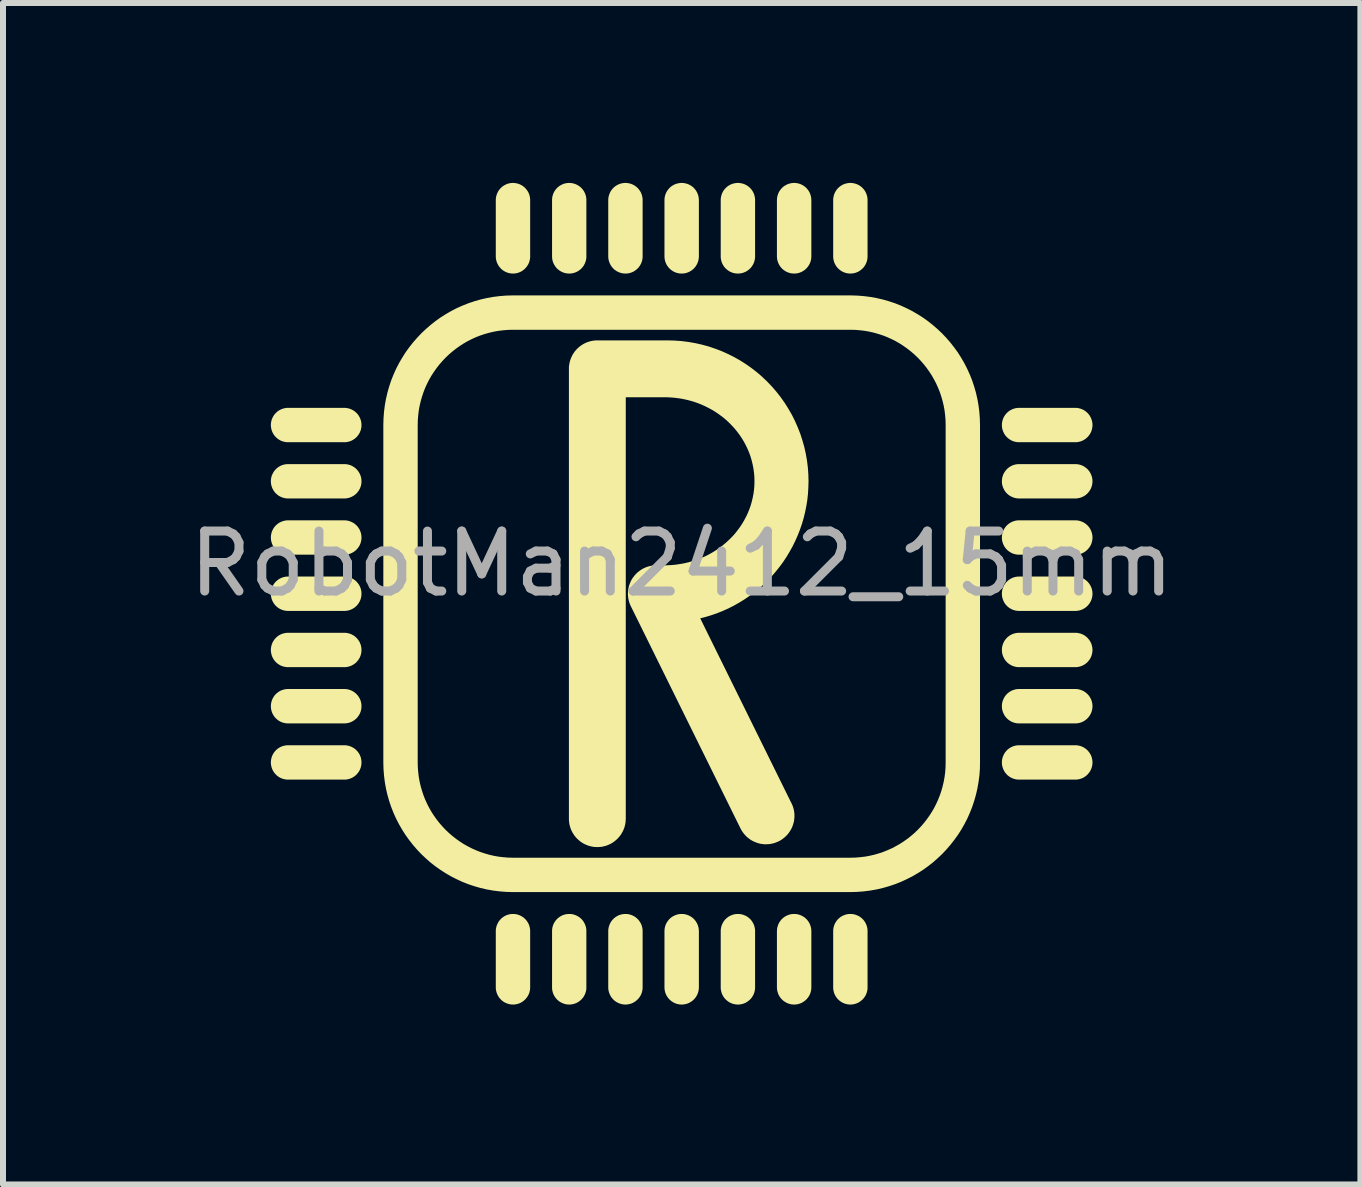
<source format=kicad_pcb>
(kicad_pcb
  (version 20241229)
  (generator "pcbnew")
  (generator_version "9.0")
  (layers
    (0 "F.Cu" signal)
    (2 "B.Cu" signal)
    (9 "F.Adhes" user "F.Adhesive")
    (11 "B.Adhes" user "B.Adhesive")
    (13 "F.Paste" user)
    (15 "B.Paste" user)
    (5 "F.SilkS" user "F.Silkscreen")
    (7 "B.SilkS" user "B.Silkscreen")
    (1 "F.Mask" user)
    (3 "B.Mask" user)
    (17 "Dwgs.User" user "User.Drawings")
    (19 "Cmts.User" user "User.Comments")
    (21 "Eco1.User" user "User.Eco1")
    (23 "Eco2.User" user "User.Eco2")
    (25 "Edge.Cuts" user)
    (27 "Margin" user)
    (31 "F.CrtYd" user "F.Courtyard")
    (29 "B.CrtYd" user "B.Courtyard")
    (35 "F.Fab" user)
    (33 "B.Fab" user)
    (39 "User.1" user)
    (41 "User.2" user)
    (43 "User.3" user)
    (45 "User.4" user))
  (footprint "RobotMan2412_15mm"
    (layer "F.Cu")
    (at 8.315 6.849)
    (property "Reference" "RobotMan2412_15mm" (at 0 -0.5 0) (unlocked yes) (layer "F.Fab") (effects (font (size 1 1) (thickness 0.15))))
    (fp_poly (pts (xy -2.813 -6.75) (xy -2.813 -6.75) (xy -2.813 -6.75)) (stroke (width 0.198) (type solid)) (fill yes) (layer "F.SilkS"))
    (fp_poly (pts (xy -2.813 5.438) (xy -2.813 5.438) (xy -2.813 5.438)) (stroke (width 0.198) (type solid)) (fill yes) (layer "F.SilkS"))
    (fp_poly (pts (xy -1.875 -6.75) (xy -1.875 -6.75) (xy -1.875 -6.75)) (stroke (width 0.198) (type solid)) (fill yes) (layer "F.SilkS"))
    (fp_poly (pts (xy -1.875 5.438) (xy -1.875 5.438) (xy -1.875 5.438)) (stroke (width 0.198) (type solid)) (fill yes) (layer "F.SilkS"))
    (fp_poly (pts (xy -0.938 -6.75) (xy -0.938 -6.75) (xy -0.938 -6.75)) (stroke (width 0.198) (type solid)) (fill yes) (layer "F.SilkS"))
    (fp_poly (pts (xy -0.938 5.438) (xy -0.938 5.438) (xy -0.938 5.438)) (stroke (width 0.198) (type solid)) (fill yes) (layer "F.SilkS"))
    (fp_poly (pts (xy -0.000082 -6.75) (xy -0.000092 -6.75) (xy -0.000072 -6.75)) (stroke (width 0.198) (type solid)) (fill yes) (layer "F.SilkS"))
    (fp_poly (pts (xy -0.000081 5.438) (xy -0.000091 5.438) (xy -0.000072 5.438)) (stroke (width 0.198) (type solid)) (fill yes) (layer "F.SilkS"))
    (fp_poly (pts (xy 0.937 -6.75) (xy 0.937 -6.75) (xy 0.937 -6.75)) (stroke (width 0.198) (type solid)) (fill yes) (layer "F.SilkS"))
    (fp_poly (pts (xy 0.937 5.438) (xy 0.937 5.438) (xy 0.937 5.438)) (stroke (width 0.198) (type solid)) (fill yes) (layer "F.SilkS"))
    (fp_poly (pts (xy 1.875 -6.75) (xy 1.875 -6.75) (xy 1.875 -6.75)) (stroke (width 0.198) (type solid)) (fill yes) (layer "F.SilkS"))
    (fp_poly (pts (xy 1.875 5.438) (xy 1.875 5.438) (xy 1.875 5.438)) (stroke (width 0.198) (type solid)) (fill yes) (layer "F.SilkS"))
    (fp_poly (pts (xy 2.813 -6.75) (xy 2.813 -6.75) (xy 2.813 -6.75)) (stroke (width 0.198) (type solid)) (fill yes) (layer "F.SilkS"))
    (fp_poly (pts (xy 2.813 5.438) (xy 2.813 5.438) (xy 2.813 5.438)) (stroke (width 0.198) (type solid)) (fill yes) (layer "F.SilkS"))
    (fp_poly (pts (xy -5.616 -0.187) (xy -5.606 -0.187) (xy -5.597 -0.186) (xy -5.588 -0.184) (xy -5.579 -0.182) (xy -5.57 -0.18) (xy -5.562 -0.177) (xy -5.553 -0.173) (xy -5.545 -0.17) (xy -5.537 -0.166) (xy -5.529 -0.161) (xy -5.521 -0.156) (xy -5.513 -0.151) (xy -5.506 -0.145) (xy -5.499 -0.139) (xy -5.492 -0.133) (xy -5.486 -0.126) (xy -5.48 -0.119) (xy -5.474 -0.112) (xy -5.469 -0.104) (xy -5.464 -0.096) (xy -5.459 -0.088) (xy -5.455 -0.08) (xy -5.452 -0.072) (xy -5.448 -0.063) (xy -5.445 -0.055) (xy -5.443 -0.046) (xy -5.441 -0.037) (xy -5.439 -0.028) (xy -5.438 -0.019) (xy -5.438 -0.009) (xy -5.437 -0.000071) (xy -5.438 0.009) (xy -5.438 0.018) (xy -5.439 0.028) (xy -5.441 0.037) (xy -5.443 0.046) (xy -5.445 0.054) (xy -5.448 0.063) (xy -5.452 0.072) (xy -5.455 0.08) (xy -5.459 0.088) (xy -5.464 0.096) (xy -5.469 0.104) (xy -5.474 0.112) (xy -5.48 0.119) (xy -5.486 0.126) (xy -5.492 0.133) (xy -5.499 0.139) (xy -5.506 0.145) (xy -5.513 0.151) (xy -5.521 0.156) (xy -5.529 0.161) (xy -5.537 0.165) (xy -5.545 0.17) (xy -5.553 0.173) (xy -5.562 0.177) (xy -5.57 0.179) (xy -5.579 0.182) (xy -5.588 0.184) (xy -5.597 0.185) (xy -5.606 0.187) (xy -5.616 0.187) (xy -5.625 0.188) (xy -6.562 0.188) (xy -6.572 0.187) (xy -6.581 0.187) (xy -6.59 0.185) (xy -6.599 0.184) (xy -6.608 0.182) (xy -6.617 0.179) (xy -6.626 0.177) (xy -6.634 0.173) (xy -6.643 0.17) (xy -6.651 0.165) (xy -6.659 0.161) (xy -6.667 0.156) (xy -6.674 0.151) (xy -6.681 0.145) (xy -6.688 0.139) (xy -6.695 0.133) (xy -6.702 0.126) (xy -6.708 0.119) (xy -6.713 0.112) (xy -6.719 0.104) (xy -6.723 0.096) (xy -6.728 0.088) (xy -6.732 0.08) (xy -6.736 0.072) (xy -6.739 0.063) (xy -6.742 0.055) (xy -6.744 0.046) (xy -6.746 0.037) (xy -6.748 0.028) (xy -6.749 0.018) (xy -6.75 0.009) (xy -6.75 -0.000072) (xy -6.75 -0.009) (xy -6.749 -0.019) (xy -6.748 -0.028) (xy -6.746 -0.037) (xy -6.744 -0.046) (xy -6.742 -0.055) (xy -6.739 -0.063) (xy -6.736 -0.072) (xy -6.732 -0.08) (xy -6.728 -0.088) (xy -6.723 -0.096) (xy -6.719 -0.104) (xy -6.713 -0.112) (xy -6.708 -0.119) (xy -6.702 -0.126) (xy -6.695 -0.133) (xy -6.688 -0.139) (xy -6.681 -0.145) (xy -6.674 -0.151) (xy -6.667 -0.156) (xy -6.659 -0.161) (xy -6.651 -0.166) (xy -6.643 -0.17) (xy -6.634 -0.173) (xy -6.626 -0.177) (xy -6.617 -0.18) (xy -6.608 -0.182) (xy -6.599 -0.184) (xy -6.59 -0.186) (xy -6.581 -0.187) (xy -6.572 -0.187) (xy -6.562 -0.188) (xy -5.625 -0.188)) (stroke (width 0.198) (type solid)) (fill yes) (layer "F.SilkS"))
    (fp_poly (pts (xy -5.616 0.75) (xy -5.606 0.751) (xy -5.597 0.752) (xy -5.588 0.754) (xy -5.579 0.756) (xy -5.57 0.758) (xy -5.562 0.761) (xy -5.553 0.764) (xy -5.545 0.768) (xy -5.537 0.772) (xy -5.529 0.776) (xy -5.521 0.781) (xy -5.513 0.787) (xy -5.506 0.792) (xy -5.499 0.798) (xy -5.492 0.805) (xy -5.486 0.812) (xy -5.48 0.819) (xy -5.474 0.826) (xy -5.469 0.833) (xy -5.464 0.841) (xy -5.459 0.849) (xy -5.455 0.857) (xy -5.452 0.866) (xy -5.448 0.874) (xy -5.445 0.883) (xy -5.443 0.892) (xy -5.441 0.901) (xy -5.439 0.91) (xy -5.438 0.919) (xy -5.438 0.928) (xy -5.437 0.937) (xy -5.438 0.947) (xy -5.438 0.956) (xy -5.439 0.965) (xy -5.441 0.974) (xy -5.443 0.983) (xy -5.445 0.992) (xy -5.448 1.001) (xy -5.452 1.009) (xy -5.455 1.018) (xy -5.459 1.026) (xy -5.464 1.034) (xy -5.469 1.042) (xy -5.474 1.049) (xy -5.48 1.056) (xy -5.486 1.063) (xy -5.492 1.07) (xy -5.499 1.077) (xy -5.506 1.083) (xy -5.513 1.088) (xy -5.521 1.094) (xy -5.529 1.098) (xy -5.537 1.103) (xy -5.545 1.107) (xy -5.553 1.111) (xy -5.562 1.114) (xy -5.57 1.117) (xy -5.579 1.119) (xy -5.588 1.121) (xy -5.597 1.123) (xy -5.606 1.124) (xy -5.616 1.125) (xy -5.625 1.125) (xy -6.562 1.125) (xy -6.572 1.125) (xy -6.581 1.124) (xy -6.59 1.123) (xy -6.599 1.121) (xy -6.608 1.119) (xy -6.617 1.117) (xy -6.626 1.114) (xy -6.634 1.111) (xy -6.643 1.107) (xy -6.651 1.103) (xy -6.659 1.098) (xy -6.667 1.094) (xy -6.674 1.088) (xy -6.681 1.083) (xy -6.688 1.077) (xy -6.695 1.07) (xy -6.702 1.063) (xy -6.708 1.056) (xy -6.713 1.049) (xy -6.719 1.042) (xy -6.723 1.034) (xy -6.728 1.026) (xy -6.732 1.018) (xy -6.736 1.009) (xy -6.739 1.001) (xy -6.742 0.992) (xy -6.744 0.983) (xy -6.746 0.974) (xy -6.748 0.965) (xy -6.749 0.956) (xy -6.75 0.947) (xy -6.75 0.937) (xy -6.75 0.928) (xy -6.749 0.919) (xy -6.748 0.91) (xy -6.746 0.901) (xy -6.744 0.892) (xy -6.742 0.883) (xy -6.739 0.874) (xy -6.736 0.866) (xy -6.732 0.857) (xy -6.728 0.849) (xy -6.723 0.841) (xy -6.719 0.833) (xy -6.713 0.826) (xy -6.708 0.819) (xy -6.702 0.812) (xy -6.695 0.805) (xy -6.688 0.798) (xy -6.681 0.792) (xy -6.674 0.787) (xy -6.667 0.781) (xy -6.659 0.776) (xy -6.651 0.772) (xy -6.643 0.768) (xy -6.634 0.764) (xy -6.626 0.761) (xy -6.617 0.758) (xy -6.608 0.756) (xy -6.599 0.754) (xy -6.59 0.752) (xy -6.581 0.751) (xy -6.572 0.75) (xy -6.562 0.75) (xy -5.625 0.75)) (stroke (width 0.198) (type solid)) (fill yes) (layer "F.SilkS"))
    (fp_poly (pts (xy -5.616 1.688) (xy -5.606 1.688) (xy -5.597 1.689) (xy -5.588 1.691) (xy -5.579 1.693) (xy -5.57 1.696) (xy -5.562 1.698) (xy -5.553 1.702) (xy -5.545 1.705) (xy -5.537 1.709) (xy -5.529 1.714) (xy -5.521 1.719) (xy -5.513 1.724) (xy -5.506 1.73) (xy -5.499 1.736) (xy -5.492 1.742) (xy -5.486 1.749) (xy -5.48 1.756) (xy -5.474 1.763) (xy -5.469 1.771) (xy -5.464 1.779) (xy -5.459 1.787) (xy -5.455 1.795) (xy -5.452 1.803) (xy -5.448 1.812) (xy -5.445 1.82) (xy -5.443 1.829) (xy -5.441 1.838) (xy -5.439 1.847) (xy -5.438 1.856) (xy -5.438 1.866) (xy -5.437 1.875) (xy -5.438 1.884) (xy -5.438 1.894) (xy -5.439 1.903) (xy -5.441 1.912) (xy -5.443 1.921) (xy -5.445 1.93) (xy -5.448 1.938) (xy -5.452 1.947) (xy -5.455 1.955) (xy -5.459 1.963) (xy -5.464 1.971) (xy -5.469 1.979) (xy -5.474 1.987) (xy -5.48 1.994) (xy -5.486 2.001) (xy -5.492 2.008) (xy -5.499 2.014) (xy -5.506 2.02) (xy -5.513 2.026) (xy -5.521 2.031) (xy -5.529 2.036) (xy -5.537 2.041) (xy -5.545 2.045) (xy -5.553 2.048) (xy -5.562 2.052) (xy -5.57 2.055) (xy -5.579 2.057) (xy -5.588 2.059) (xy -5.597 2.061) (xy -5.606 2.062) (xy -5.616 2.062) (xy -5.625 2.063) (xy -6.562 2.063) (xy -6.572 2.062) (xy -6.581 2.062) (xy -6.59 2.061) (xy -6.599 2.059) (xy -6.608 2.057) (xy -6.617 2.055) (xy -6.626 2.052) (xy -6.634 2.048) (xy -6.643 2.045) (xy -6.651 2.041) (xy -6.659 2.036) (xy -6.667 2.031) (xy -6.674 2.026) (xy -6.681 2.02) (xy -6.688 2.014) (xy -6.695 2.008) (xy -6.702 2.001) (xy -6.708 1.994) (xy -6.713 1.987) (xy -6.719 1.979) (xy -6.723 1.971) (xy -6.728 1.963) (xy -6.732 1.955) (xy -6.736 1.947) (xy -6.739 1.938) (xy -6.742 1.93) (xy -6.744 1.921) (xy -6.746 1.912) (xy -6.748 1.903) (xy -6.749 1.894) (xy -6.75 1.884) (xy -6.75 1.875) (xy -6.75 1.866) (xy -6.749 1.856) (xy -6.748 1.847) (xy -6.746 1.838) (xy -6.744 1.829) (xy -6.742 1.82) (xy -6.739 1.812) (xy -6.736 1.803) (xy -6.732 1.795) (xy -6.728 1.787) (xy -6.723 1.779) (xy -6.719 1.771) (xy -6.713 1.763) (xy -6.708 1.756) (xy -6.702 1.749) (xy -6.695 1.742) (xy -6.688 1.736) (xy -6.681 1.73) (xy -6.674 1.724) (xy -6.667 1.719) (xy -6.659 1.714) (xy -6.651 1.709) (xy -6.643 1.705) (xy -6.634 1.702) (xy -6.626 1.698) (xy -6.617 1.696) (xy -6.608 1.693) (xy -6.599 1.691) (xy -6.59 1.689) (xy -6.581 1.688) (xy -6.572 1.688) (xy -6.562 1.687) (xy -5.625 1.687)) (stroke (width 0.198) (type solid)) (fill yes) (layer "F.SilkS"))
    (fp_poly (pts (xy -5.615 -3) (xy -5.606 -2.999) (xy -5.596 -2.998) (xy -5.587 -2.996) (xy -5.578 -2.994) (xy -5.569 -2.991) (xy -5.56 -2.989) (xy -5.552 -2.985) (xy -5.544 -2.981) (xy -5.536 -2.977) (xy -5.528 -2.973) (xy -5.52 -2.968) (xy -5.513 -2.963) (xy -5.506 -2.957) (xy -5.499 -2.951) (xy -5.492 -2.945) (xy -5.486 -2.939) (xy -5.48 -2.932) (xy -5.475 -2.925) (xy -5.469 -2.917) (xy -5.465 -2.91) (xy -5.46 -2.902) (xy -5.456 -2.894) (xy -5.452 -2.886) (xy -5.449 -2.877) (xy -5.446 -2.868) (xy -5.443 -2.86) (xy -5.441 -2.85) (xy -5.44 -2.841) (xy -5.438 -2.832) (xy -5.438 -2.822) (xy -5.437 -2.813) (xy -5.438 -2.803) (xy -5.438 -2.794) (xy -5.439 -2.785) (xy -5.441 -2.776) (xy -5.443 -2.767) (xy -5.445 -2.758) (xy -5.448 -2.749) (xy -5.452 -2.741) (xy -5.455 -2.733) (xy -5.459 -2.724) (xy -5.464 -2.716) (xy -5.469 -2.709) (xy -5.474 -2.701) (xy -5.48 -2.694) (xy -5.486 -2.687) (xy -5.492 -2.68) (xy -5.499 -2.674) (xy -5.506 -2.668) (xy -5.513 -2.662) (xy -5.521 -2.657) (xy -5.529 -2.652) (xy -5.537 -2.647) (xy -5.545 -2.643) (xy -5.553 -2.639) (xy -5.562 -2.636) (xy -5.57 -2.633) (xy -5.579 -2.631) (xy -5.588 -2.629) (xy -5.597 -2.627) (xy -5.606 -2.626) (xy -5.616 -2.625) (xy -5.625 -2.625) (xy -6.562 -2.625) (xy -6.572 -2.625) (xy -6.581 -2.626) (xy -6.59 -2.627) (xy -6.599 -2.629) (xy -6.608 -2.631) (xy -6.617 -2.633) (xy -6.626 -2.636) (xy -6.634 -2.639) (xy -6.643 -2.643) (xy -6.651 -2.647) (xy -6.659 -2.652) (xy -6.667 -2.657) (xy -6.674 -2.662) (xy -6.681 -2.668) (xy -6.688 -2.674) (xy -6.695 -2.68) (xy -6.702 -2.687) (xy -6.708 -2.694) (xy -6.713 -2.701) (xy -6.719 -2.709) (xy -6.723 -2.716) (xy -6.728 -2.724) (xy -6.732 -2.733) (xy -6.736 -2.741) (xy -6.739 -2.749) (xy -6.742 -2.758) (xy -6.744 -2.767) (xy -6.746 -2.776) (xy -6.748 -2.785) (xy -6.749 -2.794) (xy -6.75 -2.803) (xy -6.75 -2.813) (xy -6.75 -2.822) (xy -6.749 -2.832) (xy -6.748 -2.841) (xy -6.746 -2.85) (xy -6.744 -2.86) (xy -6.742 -2.868) (xy -6.739 -2.877) (xy -6.735 -2.886) (xy -6.731 -2.894) (xy -6.727 -2.902) (xy -6.723 -2.91) (xy -6.718 -2.917) (xy -6.713 -2.925) (xy -6.707 -2.932) (xy -6.701 -2.939) (xy -6.695 -2.945) (xy -6.688 -2.951) (xy -6.682 -2.957) (xy -6.675 -2.963) (xy -6.667 -2.968) (xy -6.66 -2.973) (xy -6.652 -2.977) (xy -6.644 -2.981) (xy -6.635 -2.985) (xy -6.627 -2.989) (xy -6.618 -2.991) (xy -6.609 -2.994) (xy -6.6 -2.996) (xy -6.591 -2.998) (xy -6.582 -2.999) (xy -6.572 -3) (xy -6.562 -3) (xy -5.625 -3)) (stroke (width 0.198) (type solid)) (fill yes) (layer "F.SilkS"))
    (fp_poly (pts (xy -5.615 -2.062) (xy -5.606 -2.061) (xy -5.596 -2.06) (xy -5.587 -2.059) (xy -5.578 -2.056) (xy -5.569 -2.054) (xy -5.56 -2.051) (xy -5.552 -2.048) (xy -5.544 -2.044) (xy -5.536 -2.04) (xy -5.528 -2.035) (xy -5.52 -2.03) (xy -5.513 -2.025) (xy -5.506 -2.02) (xy -5.499 -2.014) (xy -5.492 -2.008) (xy -5.486 -2.001) (xy -5.48 -1.994) (xy -5.475 -1.987) (xy -5.469 -1.98) (xy -5.465 -1.972) (xy -5.46 -1.964) (xy -5.456 -1.956) (xy -5.452 -1.948) (xy -5.449 -1.94) (xy -5.446 -1.931) (xy -5.443 -1.922) (xy -5.441 -1.913) (xy -5.44 -1.904) (xy -5.438 -1.894) (xy -5.438 -1.885) (xy -5.437 -1.875) (xy -5.438 -1.866) (xy -5.438 -1.857) (xy -5.439 -1.847) (xy -5.441 -1.838) (xy -5.443 -1.829) (xy -5.445 -1.821) (xy -5.448 -1.812) (xy -5.452 -1.803) (xy -5.455 -1.795) (xy -5.459 -1.787) (xy -5.464 -1.779) (xy -5.469 -1.771) (xy -5.474 -1.764) (xy -5.48 -1.756) (xy -5.486 -1.749) (xy -5.492 -1.742) (xy -5.499 -1.736) (xy -5.506 -1.73) (xy -5.513 -1.724) (xy -5.521 -1.719) (xy -5.529 -1.714) (xy -5.537 -1.71) (xy -5.545 -1.706) (xy -5.553 -1.702) (xy -5.562 -1.699) (xy -5.57 -1.696) (xy -5.579 -1.693) (xy -5.588 -1.691) (xy -5.597 -1.69) (xy -5.606 -1.688) (xy -5.616 -1.688) (xy -5.625 -1.688) (xy -6.562 -1.688) (xy -6.572 -1.688) (xy -6.581 -1.688) (xy -6.59 -1.69) (xy -6.599 -1.691) (xy -6.608 -1.693) (xy -6.617 -1.696) (xy -6.626 -1.699) (xy -6.634 -1.702) (xy -6.643 -1.706) (xy -6.651 -1.71) (xy -6.659 -1.714) (xy -6.667 -1.719) (xy -6.674 -1.724) (xy -6.681 -1.73) (xy -6.688 -1.736) (xy -6.695 -1.742) (xy -6.702 -1.749) (xy -6.708 -1.756) (xy -6.713 -1.764) (xy -6.719 -1.771) (xy -6.723 -1.779) (xy -6.728 -1.787) (xy -6.732 -1.795) (xy -6.736 -1.803) (xy -6.739 -1.812) (xy -6.742 -1.821) (xy -6.744 -1.829) (xy -6.746 -1.838) (xy -6.748 -1.847) (xy -6.749 -1.857) (xy -6.75 -1.866) (xy -6.75 -1.875) (xy -6.75 -1.885) (xy -6.749 -1.894) (xy -6.748 -1.904) (xy -6.746 -1.913) (xy -6.744 -1.922) (xy -6.742 -1.931) (xy -6.739 -1.94) (xy -6.735 -1.948) (xy -6.731 -1.956) (xy -6.727 -1.964) (xy -6.723 -1.972) (xy -6.718 -1.98) (xy -6.713 -1.987) (xy -6.707 -1.994) (xy -6.701 -2.001) (xy -6.695 -2.008) (xy -6.688 -2.014) (xy -6.682 -2.02) (xy -6.675 -2.025) (xy -6.667 -2.03) (xy -6.66 -2.035) (xy -6.652 -2.04) (xy -6.644 -2.044) (xy -6.635 -2.048) (xy -6.627 -2.051) (xy -6.618 -2.054) (xy -6.609 -2.056) (xy -6.6 -2.059) (xy -6.591 -2.06) (xy -6.582 -2.061) (xy -6.572 -2.062) (xy -6.562 -2.062) (xy -5.625 -2.062)) (stroke (width 0.198) (type solid)) (fill yes) (layer "F.SilkS"))
    (fp_poly (pts (xy -5.615 -1.125) (xy -5.606 -1.124) (xy -5.596 -1.123) (xy -5.587 -1.121) (xy -5.578 -1.119) (xy -5.569 -1.116) (xy -5.56 -1.113) (xy -5.552 -1.11) (xy -5.544 -1.106) (xy -5.536 -1.102) (xy -5.528 -1.098) (xy -5.52 -1.093) (xy -5.513 -1.088) (xy -5.506 -1.082) (xy -5.499 -1.076) (xy -5.492 -1.07) (xy -5.486 -1.064) (xy -5.48 -1.057) (xy -5.475 -1.05) (xy -5.469 -1.042) (xy -5.465 -1.035) (xy -5.46 -1.027) (xy -5.456 -1.019) (xy -5.452 -1.011) (xy -5.449 -1.002) (xy -5.446 -0.993) (xy -5.443 -0.984) (xy -5.441 -0.975) (xy -5.44 -0.966) (xy -5.438 -0.957) (xy -5.438 -0.947) (xy -5.437 -0.938) (xy -5.438 -0.928) (xy -5.438 -0.919) (xy -5.439 -0.91) (xy -5.441 -0.901) (xy -5.443 -0.892) (xy -5.445 -0.883) (xy -5.448 -0.874) (xy -5.452 -0.866) (xy -5.455 -0.857) (xy -5.459 -0.849) (xy -5.464 -0.841) (xy -5.469 -0.834) (xy -5.474 -0.826) (xy -5.48 -0.819) (xy -5.486 -0.812) (xy -5.492 -0.805) (xy -5.499 -0.799) (xy -5.506 -0.792) (xy -5.513 -0.787) (xy -5.521 -0.782) (xy -5.529 -0.777) (xy -5.537 -0.772) (xy -5.545 -0.768) (xy -5.553 -0.764) (xy -5.562 -0.761) (xy -5.57 -0.758) (xy -5.579 -0.756) (xy -5.588 -0.754) (xy -5.597 -0.752) (xy -5.606 -0.751) (xy -5.616 -0.75) (xy -5.625 -0.75) (xy -6.562 -0.75) (xy -6.572 -0.75) (xy -6.581 -0.751) (xy -6.59 -0.752) (xy -6.599 -0.754) (xy -6.608 -0.756) (xy -6.617 -0.758) (xy -6.626 -0.761) (xy -6.634 -0.764) (xy -6.643 -0.768) (xy -6.651 -0.772) (xy -6.659 -0.777) (xy -6.667 -0.782) (xy -6.674 -0.787) (xy -6.681 -0.792) (xy -6.688 -0.799) (xy -6.695 -0.805) (xy -6.702 -0.812) (xy -6.708 -0.819) (xy -6.713 -0.826) (xy -6.719 -0.834) (xy -6.723 -0.841) (xy -6.728 -0.849) (xy -6.732 -0.857) (xy -6.736 -0.866) (xy -6.739 -0.874) (xy -6.742 -0.883) (xy -6.744 -0.892) (xy -6.746 -0.901) (xy -6.748 -0.91) (xy -6.749 -0.919) (xy -6.75 -0.928) (xy -6.75 -0.938) (xy -6.75 -0.947) (xy -6.749 -0.957) (xy -6.748 -0.966) (xy -6.746 -0.975) (xy -6.744 -0.984) (xy -6.742 -0.993) (xy -6.739 -1.002) (xy -6.735 -1.011) (xy -6.731 -1.019) (xy -6.727 -1.027) (xy -6.723 -1.035) (xy -6.718 -1.042) (xy -6.713 -1.05) (xy -6.707 -1.057) (xy -6.701 -1.064) (xy -6.695 -1.07) (xy -6.688 -1.076) (xy -6.682 -1.082) (xy -6.675 -1.088) (xy -6.667 -1.093) (xy -6.66 -1.098) (xy -6.652 -1.102) (xy -6.644 -1.106) (xy -6.635 -1.11) (xy -6.627 -1.113) (xy -6.618 -1.116) (xy -6.609 -1.119) (xy -6.6 -1.121) (xy -6.591 -1.123) (xy -6.582 -1.124) (xy -6.572 -1.125) (xy -6.562 -1.125) (xy -5.625 -1.125)) (stroke (width 0.198) (type solid)) (fill yes) (layer "F.SilkS"))
    (fp_poly (pts (xy 2.822 -6.75) (xy 2.831 -6.749) (xy 2.84 -6.748) (xy 2.849 -6.746) (xy 2.858 -6.744) (xy 2.867 -6.742) (xy 2.876 -6.739) (xy 2.884 -6.736) (xy 2.893 -6.732) (xy 2.901 -6.728) (xy 2.909 -6.723) (xy 2.917 -6.719) (xy 2.924 -6.713) (xy 2.931 -6.708) (xy 2.938 -6.702) (xy 2.945 -6.695) (xy 2.952 -6.688) (xy 2.958 -6.681) (xy 2.963 -6.674) (xy 2.969 -6.667) (xy 2.974 -6.659) (xy 2.978 -6.651) (xy 2.982 -6.643) (xy 2.986 -6.634) (xy 2.989 -6.626) (xy 2.992 -6.617) (xy 2.994 -6.608) (xy 2.997 -6.599) (xy 2.998 -6.59) (xy 2.999 -6.581) (xy 3 -6.572) (xy 3 -6.562) (xy 3 -5.625) (xy 3 -5.616) (xy 2.999 -5.606) (xy 2.998 -5.597) (xy 2.997 -5.588) (xy 2.994 -5.579) (xy 2.992 -5.57) (xy 2.989 -5.562) (xy 2.986 -5.553) (xy 2.982 -5.545) (xy 2.978 -5.537) (xy 2.974 -5.529) (xy 2.969 -5.521) (xy 2.963 -5.513) (xy 2.958 -5.506) (xy 2.952 -5.499) (xy 2.945 -5.492) (xy 2.938 -5.486) (xy 2.931 -5.48) (xy 2.924 -5.474) (xy 2.917 -5.469) (xy 2.909 -5.464) (xy 2.901 -5.459) (xy 2.893 -5.455) (xy 2.884 -5.452) (xy 2.876 -5.448) (xy 2.867 -5.445) (xy 2.858 -5.443) (xy 2.849 -5.441) (xy 2.84 -5.439) (xy 2.831 -5.438) (xy 2.822 -5.438) (xy 2.813 -5.437) (xy 2.803 -5.438) (xy 2.794 -5.438) (xy 2.785 -5.439) (xy 2.776 -5.441) (xy 2.767 -5.443) (xy 2.758 -5.445) (xy 2.749 -5.448) (xy 2.741 -5.452) (xy 2.732 -5.455) (xy 2.724 -5.459) (xy 2.716 -5.464) (xy 2.708 -5.469) (xy 2.701 -5.474) (xy 2.694 -5.48) (xy 2.687 -5.486) (xy 2.68 -5.492) (xy 2.673 -5.499) (xy 2.667 -5.506) (xy 2.662 -5.513) (xy 2.656 -5.521) (xy 2.652 -5.529) (xy 2.647 -5.537) (xy 2.643 -5.545) (xy 2.639 -5.553) (xy 2.636 -5.562) (xy 2.633 -5.57) (xy 2.631 -5.579) (xy 2.629 -5.588) (xy 2.627 -5.597) (xy 2.626 -5.606) (xy 2.625 -5.616) (xy 2.625 -5.625) (xy 2.625 -6.562) (xy 2.625 -6.572) (xy 2.626 -6.581) (xy 2.627 -6.59) (xy 2.629 -6.599) (xy 2.631 -6.608) (xy 2.633 -6.617) (xy 2.636 -6.626) (xy 2.639 -6.634) (xy 2.643 -6.643) (xy 2.647 -6.651) (xy 2.652 -6.659) (xy 2.656 -6.667) (xy 2.662 -6.674) (xy 2.667 -6.681) (xy 2.673 -6.688) (xy 2.68 -6.695) (xy 2.687 -6.702) (xy 2.694 -6.708) (xy 2.701 -6.713) (xy 2.708 -6.719) (xy 2.716 -6.723) (xy 2.724 -6.728) (xy 2.732 -6.732) (xy 2.741 -6.736) (xy 2.749 -6.739) (xy 2.758 -6.742) (xy 2.767 -6.744) (xy 2.776 -6.746) (xy 2.785 -6.748) (xy 2.794 -6.749) (xy 2.803 -6.75) (xy 2.813 -6.75)) (stroke (width 0.198) (type solid)) (fill yes) (layer "F.SilkS"))
    (fp_poly (pts (xy 2.822 5.438) (xy 2.831 5.438) (xy 2.84 5.44) (xy 2.849 5.441) (xy 2.858 5.443) (xy 2.867 5.446) (xy 2.876 5.449) (xy 2.884 5.452) (xy 2.893 5.456) (xy 2.901 5.46) (xy 2.909 5.464) (xy 2.917 5.469) (xy 2.924 5.474) (xy 2.931 5.48) (xy 2.938 5.486) (xy 2.945 5.492) (xy 2.952 5.499) (xy 2.958 5.506) (xy 2.963 5.514) (xy 2.969 5.521) (xy 2.974 5.529) (xy 2.978 5.537) (xy 2.982 5.545) (xy 2.986 5.553) (xy 2.989 5.562) (xy 2.992 5.571) (xy 2.994 5.579) (xy 2.997 5.588) (xy 2.998 5.597) (xy 2.999 5.607) (xy 3 5.616) (xy 3 5.625) (xy 3 6.562) (xy 3 6.572) (xy 2.999 6.581) (xy 2.998 6.59) (xy 2.997 6.599) (xy 2.994 6.608) (xy 2.992 6.617) (xy 2.989 6.626) (xy 2.986 6.634) (xy 2.982 6.642) (xy 2.978 6.651) (xy 2.974 6.659) (xy 2.969 6.666) (xy 2.963 6.674) (xy 2.958 6.681) (xy 2.952 6.688) (xy 2.945 6.695) (xy 2.938 6.701) (xy 2.931 6.707) (xy 2.924 6.713) (xy 2.917 6.718) (xy 2.909 6.723) (xy 2.901 6.728) (xy 2.893 6.732) (xy 2.884 6.736) (xy 2.876 6.739) (xy 2.867 6.742) (xy 2.858 6.744) (xy 2.849 6.746) (xy 2.84 6.748) (xy 2.831 6.749) (xy 2.822 6.75) (xy 2.813 6.75) (xy 2.803 6.75) (xy 2.794 6.749) (xy 2.785 6.748) (xy 2.776 6.746) (xy 2.767 6.744) (xy 2.758 6.742) (xy 2.749 6.739) (xy 2.741 6.736) (xy 2.732 6.732) (xy 2.724 6.728) (xy 2.716 6.723) (xy 2.708 6.718) (xy 2.701 6.713) (xy 2.694 6.707) (xy 2.687 6.701) (xy 2.68 6.695) (xy 2.673 6.688) (xy 2.667 6.681) (xy 2.662 6.674) (xy 2.656 6.666) (xy 2.652 6.659) (xy 2.647 6.651) (xy 2.643 6.642) (xy 2.639 6.634) (xy 2.636 6.626) (xy 2.633 6.617) (xy 2.631 6.608) (xy 2.629 6.599) (xy 2.627 6.59) (xy 2.626 6.581) (xy 2.625 6.572) (xy 2.625 6.562) (xy 2.625 5.625) (xy 2.625 5.616) (xy 2.626 5.607) (xy 2.627 5.597) (xy 2.629 5.588) (xy 2.631 5.579) (xy 2.633 5.571) (xy 2.636 5.562) (xy 2.639 5.553) (xy 2.643 5.545) (xy 2.647 5.537) (xy 2.652 5.529) (xy 2.656 5.521) (xy 2.662 5.514) (xy 2.667 5.506) (xy 2.673 5.499) (xy 2.68 5.492) (xy 2.687 5.486) (xy 2.694 5.48) (xy 2.701 5.474) (xy 2.708 5.469) (xy 2.716 5.464) (xy 2.724 5.46) (xy 2.732 5.456) (xy 2.741 5.452) (xy 2.749 5.449) (xy 2.758 5.446) (xy 2.767 5.443) (xy 2.776 5.441) (xy 2.785 5.44) (xy 2.794 5.438) (xy 2.803 5.438) (xy 2.813 5.438)) (stroke (width 0.198) (type solid)) (fill yes) (layer "F.SilkS"))
    (fp_poly (pts (xy 6.572 -0.187) (xy 6.581 -0.187) (xy 6.59 -0.186) (xy 6.599 -0.184) (xy 6.608 -0.182) (xy 6.617 -0.18) (xy 6.626 -0.177) (xy 6.634 -0.173) (xy 6.642 -0.17) (xy 6.651 -0.166) (xy 6.659 -0.161) (xy 6.666 -0.156) (xy 6.674 -0.151) (xy 6.681 -0.145) (xy 6.688 -0.139) (xy 6.695 -0.133) (xy 6.701 -0.126) (xy 6.707 -0.119) (xy 6.713 -0.112) (xy 6.718 -0.104) (xy 6.723 -0.096) (xy 6.728 -0.088) (xy 6.732 -0.08) (xy 6.736 -0.072) (xy 6.739 -0.063) (xy 6.742 -0.055) (xy 6.744 -0.046) (xy 6.746 -0.037) (xy 6.748 -0.028) (xy 6.749 -0.019) (xy 6.75 -0.009) (xy 6.75 -0.000071) (xy 6.75 0.009) (xy 6.749 0.018) (xy 6.748 0.028) (xy 6.746 0.037) (xy 6.744 0.046) (xy 6.742 0.054) (xy 6.739 0.063) (xy 6.736 0.072) (xy 6.732 0.08) (xy 6.728 0.088) (xy 6.723 0.096) (xy 6.718 0.104) (xy 6.713 0.112) (xy 6.707 0.119) (xy 6.701 0.126) (xy 6.695 0.133) (xy 6.688 0.139) (xy 6.681 0.145) (xy 6.674 0.151) (xy 6.666 0.156) (xy 6.659 0.161) (xy 6.651 0.165) (xy 6.642 0.17) (xy 6.634 0.173) (xy 6.626 0.177) (xy 6.617 0.179) (xy 6.608 0.182) (xy 6.599 0.184) (xy 6.59 0.185) (xy 6.581 0.187) (xy 6.572 0.187) (xy 6.562 0.188) (xy 5.625 0.188) (xy 5.616 0.187) (xy 5.607 0.187) (xy 5.597 0.185) (xy 5.588 0.184) (xy 5.579 0.182) (xy 5.571 0.179) (xy 5.562 0.177) (xy 5.553 0.173) (xy 5.545 0.17) (xy 5.537 0.165) (xy 5.529 0.161) (xy 5.521 0.156) (xy 5.514 0.151) (xy 5.506 0.145) (xy 5.499 0.139) (xy 5.493 0.133) (xy 5.486 0.126) (xy 5.48 0.119) (xy 5.474 0.112) (xy 5.469 0.104) (xy 5.464 0.096) (xy 5.46 0.088) (xy 5.456 0.08) (xy 5.452 0.072) (xy 5.449 0.063) (xy 5.446 0.055) (xy 5.443 0.046) (xy 5.441 0.037) (xy 5.44 0.028) (xy 5.438 0.018) (xy 5.438 0.009) (xy 5.438 -0.000072) (xy 5.438 -0.009) (xy 5.438 -0.019) (xy 5.44 -0.028) (xy 5.441 -0.037) (xy 5.443 -0.046) (xy 5.446 -0.055) (xy 5.449 -0.063) (xy 5.452 -0.072) (xy 5.456 -0.08) (xy 5.46 -0.088) (xy 5.464 -0.096) (xy 5.469 -0.104) (xy 5.474 -0.112) (xy 5.48 -0.119) (xy 5.486 -0.126) (xy 5.492 -0.133) (xy 5.499 -0.139) (xy 5.506 -0.145) (xy 5.514 -0.151) (xy 5.521 -0.156) (xy 5.529 -0.161) (xy 5.537 -0.166) (xy 5.545 -0.17) (xy 5.553 -0.173) (xy 5.562 -0.177) (xy 5.571 -0.18) (xy 5.579 -0.182) (xy 5.588 -0.184) (xy 5.597 -0.186) (xy 5.607 -0.187) (xy 5.616 -0.187) (xy 5.625 -0.188) (xy 6.562 -0.188)) (stroke (width 0.198) (type solid)) (fill yes) (layer "F.SilkS"))
    (fp_poly (pts (xy 6.572 0.75) (xy 6.581 0.751) (xy 6.59 0.752) (xy 6.599 0.754) (xy 6.608 0.756) (xy 6.617 0.758) (xy 6.626 0.761) (xy 6.634 0.764) (xy 6.642 0.768) (xy 6.651 0.772) (xy 6.659 0.776) (xy 6.666 0.781) (xy 6.674 0.787) (xy 6.681 0.792) (xy 6.688 0.798) (xy 6.695 0.805) (xy 6.701 0.812) (xy 6.707 0.819) (xy 6.713 0.826) (xy 6.718 0.833) (xy 6.723 0.841) (xy 6.728 0.849) (xy 6.732 0.857) (xy 6.736 0.866) (xy 6.739 0.874) (xy 6.742 0.883) (xy 6.744 0.892) (xy 6.746 0.901) (xy 6.748 0.91) (xy 6.749 0.919) (xy 6.75 0.928) (xy 6.75 0.937) (xy 6.75 0.947) (xy 6.749 0.956) (xy 6.748 0.965) (xy 6.746 0.974) (xy 6.744 0.983) (xy 6.742 0.992) (xy 6.739 1.001) (xy 6.736 1.009) (xy 6.732 1.018) (xy 6.728 1.026) (xy 6.723 1.034) (xy 6.718 1.042) (xy 6.713 1.049) (xy 6.707 1.056) (xy 6.701 1.063) (xy 6.695 1.07) (xy 6.688 1.077) (xy 6.681 1.083) (xy 6.674 1.088) (xy 6.666 1.094) (xy 6.659 1.098) (xy 6.651 1.103) (xy 6.642 1.107) (xy 6.634 1.111) (xy 6.626 1.114) (xy 6.617 1.117) (xy 6.608 1.119) (xy 6.599 1.121) (xy 6.59 1.123) (xy 6.581 1.124) (xy 6.572 1.125) (xy 6.562 1.125) (xy 5.625 1.125) (xy 5.616 1.125) (xy 5.607 1.124) (xy 5.597 1.123) (xy 5.588 1.121) (xy 5.579 1.119) (xy 5.571 1.117) (xy 5.562 1.114) (xy 5.553 1.111) (xy 5.545 1.107) (xy 5.537 1.103) (xy 5.529 1.098) (xy 5.521 1.094) (xy 5.514 1.088) (xy 5.506 1.083) (xy 5.499 1.077) (xy 5.492 1.07) (xy 5.486 1.063) (xy 5.48 1.056) (xy 5.474 1.049) (xy 5.469 1.042) (xy 5.464 1.034) (xy 5.46 1.026) (xy 5.456 1.018) (xy 5.452 1.009) (xy 5.449 1.001) (xy 5.446 0.992) (xy 5.443 0.983) (xy 5.441 0.974) (xy 5.44 0.965) (xy 5.438 0.956) (xy 5.438 0.947) (xy 5.438 0.937) (xy 5.438 0.928) (xy 5.438 0.919) (xy 5.44 0.91) (xy 5.441 0.901) (xy 5.443 0.892) (xy 5.446 0.883) (xy 5.449 0.874) (xy 5.452 0.866) (xy 5.456 0.857) (xy 5.46 0.849) (xy 5.464 0.841) (xy 5.469 0.833) (xy 5.474 0.826) (xy 5.48 0.819) (xy 5.486 0.812) (xy 5.492 0.805) (xy 5.499 0.798) (xy 5.506 0.792) (xy 5.514 0.787) (xy 5.521 0.781) (xy 5.529 0.776) (xy 5.537 0.772) (xy 5.545 0.768) (xy 5.553 0.764) (xy 5.562 0.761) (xy 5.571 0.758) (xy 5.579 0.756) (xy 5.588 0.754) (xy 5.597 0.752) (xy 5.607 0.751) (xy 5.616 0.75) (xy 5.625 0.75) (xy 6.562 0.75)) (stroke (width 0.198) (type solid)) (fill yes) (layer "F.SilkS"))
    (fp_poly (pts (xy 6.572 1.688) (xy 6.581 1.688) (xy 6.59 1.689) (xy 6.599 1.691) (xy 6.608 1.693) (xy 6.617 1.696) (xy 6.626 1.698) (xy 6.634 1.702) (xy 6.642 1.705) (xy 6.651 1.709) (xy 6.659 1.714) (xy 6.666 1.719) (xy 6.674 1.724) (xy 6.681 1.73) (xy 6.688 1.736) (xy 6.695 1.742) (xy 6.701 1.749) (xy 6.707 1.756) (xy 6.713 1.763) (xy 6.718 1.771) (xy 6.723 1.779) (xy 6.728 1.787) (xy 6.732 1.795) (xy 6.736 1.803) (xy 6.739 1.812) (xy 6.742 1.82) (xy 6.744 1.829) (xy 6.746 1.838) (xy 6.748 1.847) (xy 6.749 1.856) (xy 6.75 1.866) (xy 6.75 1.875) (xy 6.75 1.884) (xy 6.749 1.894) (xy 6.748 1.903) (xy 6.746 1.912) (xy 6.744 1.921) (xy 6.742 1.93) (xy 6.739 1.938) (xy 6.736 1.947) (xy 6.732 1.955) (xy 6.728 1.963) (xy 6.723 1.971) (xy 6.718 1.979) (xy 6.713 1.987) (xy 6.707 1.994) (xy 6.701 2.001) (xy 6.695 2.008) (xy 6.688 2.014) (xy 6.681 2.02) (xy 6.674 2.026) (xy 6.666 2.031) (xy 6.659 2.036) (xy 6.651 2.041) (xy 6.642 2.045) (xy 6.634 2.048) (xy 6.626 2.052) (xy 6.617 2.055) (xy 6.608 2.057) (xy 6.599 2.059) (xy 6.59 2.061) (xy 6.581 2.062) (xy 6.572 2.062) (xy 6.562 2.063) (xy 5.625 2.063) (xy 5.616 2.062) (xy 5.607 2.062) (xy 5.597 2.061) (xy 5.588 2.059) (xy 5.579 2.057) (xy 5.571 2.055) (xy 5.562 2.052) (xy 5.553 2.048) (xy 5.545 2.045) (xy 5.537 2.041) (xy 5.529 2.036) (xy 5.521 2.031) (xy 5.514 2.026) (xy 5.506 2.02) (xy 5.499 2.014) (xy 5.493 2.008) (xy 5.486 2.001) (xy 5.48 1.994) (xy 5.474 1.987) (xy 5.469 1.979) (xy 5.464 1.971) (xy 5.46 1.963) (xy 5.456 1.955) (xy 5.452 1.947) (xy 5.449 1.938) (xy 5.446 1.93) (xy 5.443 1.921) (xy 5.441 1.912) (xy 5.44 1.903) (xy 5.438 1.894) (xy 5.438 1.884) (xy 5.438 1.875) (xy 5.438 1.866) (xy 5.438 1.856) (xy 5.44 1.847) (xy 5.441 1.838) (xy 5.443 1.829) (xy 5.446 1.82) (xy 5.449 1.812) (xy 5.452 1.803) (xy 5.456 1.795) (xy 5.46 1.787) (xy 5.464 1.779) (xy 5.469 1.771) (xy 5.474 1.763) (xy 5.48 1.756) (xy 5.486 1.749) (xy 5.492 1.742) (xy 5.499 1.736) (xy 5.506 1.73) (xy 5.514 1.724) (xy 5.521 1.719) (xy 5.529 1.714) (xy 5.537 1.709) (xy 5.545 1.705) (xy 5.553 1.702) (xy 5.562 1.698) (xy 5.571 1.696) (xy 5.579 1.693) (xy 5.588 1.691) (xy 5.597 1.689) (xy 5.607 1.688) (xy 5.616 1.688) (xy 5.625 1.687) (xy 6.562 1.687)) (stroke (width 0.198) (type solid)) (fill yes) (layer "F.SilkS"))
    (fp_poly (pts (xy 6.572 -3) (xy 6.581 -2.999) (xy 6.591 -2.998) (xy 6.6 -2.996) (xy 6.609 -2.994) (xy 6.618 -2.991) (xy 6.627 -2.989) (xy 6.635 -2.985) (xy 6.644 -2.981) (xy 6.652 -2.977) (xy 6.659 -2.973) (xy 6.667 -2.968) (xy 6.674 -2.963) (xy 6.682 -2.957) (xy 6.688 -2.951) (xy 6.695 -2.945) (xy 6.701 -2.939) (xy 6.707 -2.932) (xy 6.713 -2.925) (xy 6.718 -2.917) (xy 6.723 -2.91) (xy 6.727 -2.902) (xy 6.731 -2.894) (xy 6.735 -2.886) (xy 6.738 -2.877) (xy 6.741 -2.868) (xy 6.744 -2.86) (xy 6.746 -2.85) (xy 6.748 -2.841) (xy 6.749 -2.832) (xy 6.75 -2.822) (xy 6.75 -2.813) (xy 6.75 -2.803) (xy 6.749 -2.794) (xy 6.748 -2.785) (xy 6.746 -2.776) (xy 6.744 -2.767) (xy 6.742 -2.758) (xy 6.739 -2.749) (xy 6.736 -2.741) (xy 6.732 -2.733) (xy 6.728 -2.724) (xy 6.723 -2.716) (xy 6.718 -2.709) (xy 6.713 -2.701) (xy 6.707 -2.694) (xy 6.701 -2.687) (xy 6.695 -2.68) (xy 6.688 -2.674) (xy 6.681 -2.668) (xy 6.674 -2.662) (xy 6.666 -2.657) (xy 6.659 -2.652) (xy 6.651 -2.647) (xy 6.642 -2.643) (xy 6.634 -2.639) (xy 6.626 -2.636) (xy 6.617 -2.633) (xy 6.608 -2.631) (xy 6.599 -2.629) (xy 6.59 -2.627) (xy 6.581 -2.626) (xy 6.572 -2.625) (xy 6.562 -2.625) (xy 5.625 -2.625) (xy 5.616 -2.625) (xy 5.607 -2.626) (xy 5.597 -2.627) (xy 5.588 -2.629) (xy 5.579 -2.631) (xy 5.571 -2.633) (xy 5.562 -2.636) (xy 5.553 -2.639) (xy 5.545 -2.643) (xy 5.537 -2.647) (xy 5.529 -2.652) (xy 5.521 -2.657) (xy 5.514 -2.662) (xy 5.506 -2.668) (xy 5.499 -2.674) (xy 5.493 -2.68) (xy 5.486 -2.687) (xy 5.48 -2.694) (xy 5.474 -2.701) (xy 5.469 -2.709) (xy 5.464 -2.716) (xy 5.46 -2.724) (xy 5.456 -2.733) (xy 5.452 -2.741) (xy 5.449 -2.749) (xy 5.446 -2.758) (xy 5.443 -2.767) (xy 5.441 -2.776) (xy 5.44 -2.785) (xy 5.438 -2.794) (xy 5.438 -2.803) (xy 5.438 -2.813) (xy 5.438 -2.822) (xy 5.439 -2.832) (xy 5.44 -2.841) (xy 5.441 -2.85) (xy 5.444 -2.86) (xy 5.446 -2.868) (xy 5.449 -2.877) (xy 5.452 -2.886) (xy 5.456 -2.894) (xy 5.46 -2.902) (xy 5.465 -2.91) (xy 5.47 -2.917) (xy 5.475 -2.925) (xy 5.481 -2.932) (xy 5.486 -2.939) (xy 5.493 -2.945) (xy 5.499 -2.951) (xy 5.506 -2.957) (xy 5.513 -2.963) (xy 5.52 -2.968) (xy 5.528 -2.973) (xy 5.536 -2.977) (xy 5.544 -2.981) (xy 5.552 -2.985) (xy 5.561 -2.989) (xy 5.569 -2.991) (xy 5.578 -2.994) (xy 5.587 -2.996) (xy 5.597 -2.998) (xy 5.606 -2.999) (xy 5.616 -3) (xy 5.625 -3) (xy 6.562 -3)) (stroke (width 0.198) (type solid)) (fill yes) (layer "F.SilkS"))
    (fp_poly (pts (xy 6.572 -2.062) (xy 6.581 -2.061) (xy 6.591 -2.06) (xy 6.6 -2.059) (xy 6.609 -2.056) (xy 6.618 -2.054) (xy 6.627 -2.051) (xy 6.635 -2.048) (xy 6.644 -2.044) (xy 6.652 -2.04) (xy 6.659 -2.035) (xy 6.667 -2.03) (xy 6.674 -2.025) (xy 6.682 -2.02) (xy 6.688 -2.014) (xy 6.695 -2.008) (xy 6.701 -2.001) (xy 6.707 -1.994) (xy 6.713 -1.987) (xy 6.718 -1.98) (xy 6.723 -1.972) (xy 6.727 -1.964) (xy 6.731 -1.956) (xy 6.735 -1.948) (xy 6.738 -1.94) (xy 6.741 -1.931) (xy 6.744 -1.922) (xy 6.746 -1.913) (xy 6.748 -1.904) (xy 6.749 -1.894) (xy 6.75 -1.885) (xy 6.75 -1.875) (xy 6.75 -1.866) (xy 6.749 -1.857) (xy 6.748 -1.847) (xy 6.746 -1.838) (xy 6.744 -1.829) (xy 6.742 -1.821) (xy 6.739 -1.812) (xy 6.736 -1.803) (xy 6.732 -1.795) (xy 6.728 -1.787) (xy 6.723 -1.779) (xy 6.718 -1.771) (xy 6.713 -1.764) (xy 6.707 -1.756) (xy 6.701 -1.749) (xy 6.695 -1.742) (xy 6.688 -1.736) (xy 6.681 -1.73) (xy 6.674 -1.724) (xy 6.666 -1.719) (xy 6.659 -1.714) (xy 6.651 -1.71) (xy 6.642 -1.706) (xy 6.634 -1.702) (xy 6.626 -1.699) (xy 6.617 -1.696) (xy 6.608 -1.693) (xy 6.599 -1.691) (xy 6.59 -1.69) (xy 6.581 -1.688) (xy 6.572 -1.688) (xy 6.562 -1.688) (xy 5.625 -1.688) (xy 5.616 -1.688) (xy 5.607 -1.688) (xy 5.597 -1.69) (xy 5.588 -1.691) (xy 5.579 -1.693) (xy 5.571 -1.696) (xy 5.562 -1.699) (xy 5.553 -1.702) (xy 5.545 -1.706) (xy 5.537 -1.71) (xy 5.529 -1.714) (xy 5.521 -1.719) (xy 5.514 -1.724) (xy 5.506 -1.73) (xy 5.499 -1.736) (xy 5.493 -1.742) (xy 5.486 -1.749) (xy 5.48 -1.756) (xy 5.474 -1.764) (xy 5.469 -1.771) (xy 5.464 -1.779) (xy 5.46 -1.787) (xy 5.456 -1.795) (xy 5.452 -1.803) (xy 5.449 -1.812) (xy 5.446 -1.821) (xy 5.443 -1.829) (xy 5.441 -1.838) (xy 5.44 -1.847) (xy 5.438 -1.857) (xy 5.438 -1.866) (xy 5.438 -1.875) (xy 5.438 -1.885) (xy 5.439 -1.894) (xy 5.44 -1.904) (xy 5.441 -1.913) (xy 5.444 -1.922) (xy 5.446 -1.931) (xy 5.449 -1.94) (xy 5.452 -1.948) (xy 5.456 -1.956) (xy 5.46 -1.964) (xy 5.465 -1.972) (xy 5.47 -1.98) (xy 5.475 -1.987) (xy 5.481 -1.994) (xy 5.486 -2.001) (xy 5.493 -2.008) (xy 5.499 -2.014) (xy 5.506 -2.02) (xy 5.513 -2.025) (xy 5.52 -2.03) (xy 5.528 -2.035) (xy 5.536 -2.04) (xy 5.544 -2.044) (xy 5.552 -2.048) (xy 5.561 -2.051) (xy 5.569 -2.054) (xy 5.578 -2.056) (xy 5.587 -2.059) (xy 5.597 -2.06) (xy 5.606 -2.061) (xy 5.616 -2.062) (xy 5.625 -2.062) (xy 6.562 -2.062)) (stroke (width 0.198) (type solid)) (fill yes) (layer "F.SilkS"))
    (fp_poly (pts (xy 6.572 -1.125) (xy 6.581 -1.124) (xy 6.591 -1.123) (xy 6.6 -1.121) (xy 6.609 -1.119) (xy 6.618 -1.116) (xy 6.627 -1.113) (xy 6.635 -1.11) (xy 6.644 -1.106) (xy 6.652 -1.102) (xy 6.659 -1.098) (xy 6.667 -1.093) (xy 6.674 -1.088) (xy 6.682 -1.082) (xy 6.688 -1.076) (xy 6.695 -1.07) (xy 6.701 -1.064) (xy 6.707 -1.057) (xy 6.713 -1.05) (xy 6.718 -1.042) (xy 6.723 -1.035) (xy 6.727 -1.027) (xy 6.731 -1.019) (xy 6.735 -1.011) (xy 6.738 -1.002) (xy 6.741 -0.993) (xy 6.744 -0.984) (xy 6.746 -0.975) (xy 6.748 -0.966) (xy 6.749 -0.957) (xy 6.75 -0.947) (xy 6.75 -0.938) (xy 6.75 -0.928) (xy 6.749 -0.919) (xy 6.748 -0.91) (xy 6.746 -0.901) (xy 6.744 -0.892) (xy 6.742 -0.883) (xy 6.739 -0.874) (xy 6.736 -0.866) (xy 6.732 -0.857) (xy 6.728 -0.849) (xy 6.723 -0.841) (xy 6.718 -0.834) (xy 6.713 -0.826) (xy 6.707 -0.819) (xy 6.701 -0.812) (xy 6.695 -0.805) (xy 6.688 -0.799) (xy 6.681 -0.792) (xy 6.674 -0.787) (xy 6.666 -0.782) (xy 6.659 -0.777) (xy 6.651 -0.772) (xy 6.642 -0.768) (xy 6.634 -0.764) (xy 6.626 -0.761) (xy 6.617 -0.758) (xy 6.608 -0.756) (xy 6.599 -0.754) (xy 6.59 -0.752) (xy 6.581 -0.751) (xy 6.572 -0.75) (xy 6.562 -0.75) (xy 5.625 -0.75) (xy 5.616 -0.75) (xy 5.607 -0.751) (xy 5.597 -0.752) (xy 5.588 -0.754) (xy 5.579 -0.756) (xy 5.571 -0.758) (xy 5.562 -0.761) (xy 5.553 -0.764) (xy 5.545 -0.768) (xy 5.537 -0.772) (xy 5.529 -0.777) (xy 5.521 -0.782) (xy 5.514 -0.787) (xy 5.506 -0.792) (xy 5.499 -0.799) (xy 5.492 -0.805) (xy 5.486 -0.812) (xy 5.48 -0.819) (xy 5.474 -0.826) (xy 5.469 -0.834) (xy 5.464 -0.841) (xy 5.46 -0.849) (xy 5.456 -0.857) (xy 5.452 -0.866) (xy 5.449 -0.874) (xy 5.446 -0.883) (xy 5.443 -0.892) (xy 5.441 -0.901) (xy 5.44 -0.91) (xy 5.438 -0.919) (xy 5.438 -0.928) (xy 5.438 -0.938) (xy 5.438 -0.947) (xy 5.439 -0.957) (xy 5.44 -0.966) (xy 5.441 -0.975) (xy 5.444 -0.984) (xy 5.446 -0.993) (xy 5.449 -1.002) (xy 5.452 -1.011) (xy 5.456 -1.019) (xy 5.46 -1.027) (xy 5.465 -1.035) (xy 5.47 -1.042) (xy 5.475 -1.05) (xy 5.481 -1.057) (xy 5.486 -1.064) (xy 5.493 -1.07) (xy 5.499 -1.076) (xy 5.506 -1.082) (xy 5.513 -1.088) (xy 5.52 -1.093) (xy 5.528 -1.098) (xy 5.536 -1.102) (xy 5.544 -1.106) (xy 5.552 -1.11) (xy 5.561 -1.113) (xy 5.569 -1.116) (xy 5.578 -1.119) (xy 5.587 -1.121) (xy 5.597 -1.123) (xy 5.606 -1.124) (xy 5.616 -1.125) (xy 5.625 -1.125) (xy 6.562 -1.125)) (stroke (width 0.198) (type solid)) (fill yes) (layer "F.SilkS"))
    (fp_poly (pts (xy -5.616 2.625) (xy -5.606 2.626) (xy -5.597 2.627) (xy -5.588 2.629) (xy -5.579 2.631) (xy -5.57 2.633) (xy -5.562 2.636) (xy -5.553 2.639) (xy -5.545 2.643) (xy -5.537 2.647) (xy -5.529 2.652) (xy -5.521 2.656) (xy -5.513 2.662) (xy -5.506 2.667) (xy -5.499 2.673) (xy -5.492 2.68) (xy -5.486 2.687) (xy -5.48 2.694) (xy -5.474 2.701) (xy -5.469 2.708) (xy -5.464 2.716) (xy -5.459 2.724) (xy -5.455 2.732) (xy -5.452 2.741) (xy -5.448 2.749) (xy -5.445 2.758) (xy -5.443 2.767) (xy -5.441 2.776) (xy -5.439 2.785) (xy -5.438 2.794) (xy -5.438 2.803) (xy -5.437 2.813) (xy -5.438 2.822) (xy -5.438 2.831) (xy -5.439 2.84) (xy -5.441 2.849) (xy -5.443 2.858) (xy -5.445 2.867) (xy -5.448 2.876) (xy -5.452 2.884) (xy -5.455 2.893) (xy -5.459 2.901) (xy -5.464 2.909) (xy -5.469 2.917) (xy -5.474 2.924) (xy -5.48 2.931) (xy -5.486 2.938) (xy -5.492 2.945) (xy -5.499 2.952) (xy -5.506 2.958) (xy -5.513 2.963) (xy -5.521 2.969) (xy -5.529 2.974) (xy -5.537 2.978) (xy -5.545 2.982) (xy -5.553 2.986) (xy -5.562 2.989) (xy -5.57 2.992) (xy -5.579 2.994) (xy -5.588 2.997) (xy -5.597 2.998) (xy -5.606 2.999) (xy -5.616 3) (xy -5.625 3) (xy -6.562 3) (xy -6.572 3) (xy -6.581 2.999) (xy -6.59 2.998) (xy -6.599 2.997) (xy -6.608 2.994) (xy -6.617 2.992) (xy -6.626 2.989) (xy -6.634 2.986) (xy -6.643 2.982) (xy -6.651 2.978) (xy -6.659 2.974) (xy -6.667 2.969) (xy -6.674 2.963) (xy -6.681 2.958) (xy -6.688 2.952) (xy -6.695 2.945) (xy -6.702 2.938) (xy -6.708 2.931) (xy -6.713 2.924) (xy -6.719 2.917) (xy -6.723 2.909) (xy -6.728 2.901) (xy -6.732 2.893) (xy -6.736 2.884) (xy -6.739 2.876) (xy -6.742 2.867) (xy -6.744 2.858) (xy -6.746 2.849) (xy -6.748 2.84) (xy -6.749 2.831) (xy -6.75 2.822) (xy -6.75 2.813) (xy -6.75 2.803) (xy -6.749 2.794) (xy -6.748 2.785) (xy -6.746 2.776) (xy -6.744 2.767) (xy -6.742 2.758) (xy -6.739 2.749) (xy -6.736 2.741) (xy -6.732 2.732) (xy -6.728 2.724) (xy -6.723 2.716) (xy -6.719 2.708) (xy -6.713 2.701) (xy -6.708 2.694) (xy -6.702 2.687) (xy -6.695 2.68) (xy -6.688 2.673) (xy -6.681 2.667) (xy -6.674 2.662) (xy -6.667 2.656) (xy -6.659 2.652) (xy -6.651 2.647) (xy -6.643 2.643) (xy -6.634 2.639) (xy -6.626 2.636) (xy -6.617 2.633) (xy -6.608 2.631) (xy -6.599 2.629) (xy -6.59 2.627) (xy -6.581 2.626) (xy -6.572 2.625) (xy -6.562 2.625) (xy -6.558 2.625) (xy -5.625 2.625)) (stroke (width 0.198) (type solid)) (fill yes) (layer "F.SilkS"))
    (fp_poly (pts (xy 6.572 2.625) (xy 6.581 2.626) (xy 6.59 2.627) (xy 6.599 2.629) (xy 6.608 2.631) (xy 6.617 2.633) (xy 6.626 2.636) (xy 6.634 2.639) (xy 6.642 2.643) (xy 6.651 2.647) (xy 6.659 2.652) (xy 6.666 2.656) (xy 6.674 2.662) (xy 6.681 2.667) (xy 6.688 2.673) (xy 6.695 2.68) (xy 6.701 2.687) (xy 6.707 2.694) (xy 6.713 2.701) (xy 6.718 2.708) (xy 6.723 2.716) (xy 6.728 2.724) (xy 6.732 2.732) (xy 6.736 2.741) (xy 6.739 2.749) (xy 6.742 2.758) (xy 6.744 2.767) (xy 6.746 2.776) (xy 6.748 2.785) (xy 6.749 2.794) (xy 6.75 2.803) (xy 6.75 2.813) (xy 6.75 2.822) (xy 6.749 2.831) (xy 6.748 2.84) (xy 6.746 2.849) (xy 6.744 2.858) (xy 6.742 2.867) (xy 6.739 2.876) (xy 6.736 2.884) (xy 6.732 2.893) (xy 6.728 2.901) (xy 6.723 2.909) (xy 6.718 2.917) (xy 6.713 2.924) (xy 6.707 2.931) (xy 6.701 2.938) (xy 6.695 2.945) (xy 6.688 2.952) (xy 6.681 2.958) (xy 6.674 2.963) (xy 6.666 2.969) (xy 6.659 2.974) (xy 6.651 2.978) (xy 6.642 2.982) (xy 6.634 2.986) (xy 6.626 2.989) (xy 6.617 2.992) (xy 6.608 2.994) (xy 6.599 2.997) (xy 6.59 2.998) (xy 6.581 2.999) (xy 6.572 3) (xy 6.562 3) (xy 5.625 3) (xy 5.616 3) (xy 5.607 2.999) (xy 5.597 2.998) (xy 5.588 2.997) (xy 5.579 2.994) (xy 5.571 2.992) (xy 5.562 2.989) (xy 5.553 2.986) (xy 5.545 2.982) (xy 5.537 2.978) (xy 5.529 2.974) (xy 5.521 2.969) (xy 5.514 2.963) (xy 5.506 2.958) (xy 5.499 2.952) (xy 5.492 2.945) (xy 5.486 2.938) (xy 5.48 2.931) (xy 5.474 2.924) (xy 5.469 2.917) (xy 5.464 2.909) (xy 5.46 2.901) (xy 5.456 2.893) (xy 5.452 2.884) (xy 5.449 2.876) (xy 5.446 2.867) (xy 5.443 2.858) (xy 5.441 2.849) (xy 5.44 2.84) (xy 5.438 2.831) (xy 5.438 2.822) (xy 5.438 2.813) (xy 5.438 2.803) (xy 5.438 2.794) (xy 5.44 2.785) (xy 5.441 2.776) (xy 5.443 2.767) (xy 5.446 2.758) (xy 5.449 2.749) (xy 5.452 2.741) (xy 5.456 2.732) (xy 5.46 2.724) (xy 5.464 2.716) (xy 5.469 2.708) (xy 5.474 2.701) (xy 5.48 2.694) (xy 5.486 2.687) (xy 5.492 2.68) (xy 5.499 2.673) (xy 5.506 2.667) (xy 5.514 2.662) (xy 5.521 2.656) (xy 5.529 2.652) (xy 5.537 2.647) (xy 5.545 2.643) (xy 5.553 2.639) (xy 5.562 2.636) (xy 5.571 2.633) (xy 5.579 2.631) (xy 5.588 2.629) (xy 5.597 2.627) (xy 5.607 2.626) (xy 5.616 2.625) (xy 5.625 2.625) (xy 5.63 2.625) (xy 6.562 2.625)) (stroke (width 0.198) (type solid)) (fill yes) (layer "F.SilkS"))
    (fp_poly (pts (xy -2.803 -6.75) (xy -2.794 -6.749) (xy -2.785 -6.748) (xy -2.776 -6.746) (xy -2.767 -6.744) (xy -2.758 -6.742) (xy -2.749 -6.739) (xy -2.741 -6.736) (xy -2.733 -6.732) (xy -2.724 -6.728) (xy -2.716 -6.723) (xy -2.709 -6.719) (xy -2.701 -6.713) (xy -2.694 -6.708) (xy -2.687 -6.702) (xy -2.68 -6.695) (xy -2.674 -6.688) (xy -2.668 -6.681) (xy -2.662 -6.674) (xy -2.657 -6.667) (xy -2.652 -6.659) (xy -2.647 -6.651) (xy -2.643 -6.643) (xy -2.639 -6.634) (xy -2.636 -6.626) (xy -2.633 -6.617) (xy -2.631 -6.608) (xy -2.629 -6.599) (xy -2.627 -6.59) (xy -2.626 -6.581) (xy -2.625 -6.572) (xy -2.625 -6.562) (xy -2.625 -5.635) (xy -2.625 -5.632) (xy -2.625 -5.63) (xy -2.625 -5.627) (xy -2.625 -5.625) (xy -2.625 -5.616) (xy -2.626 -5.606) (xy -2.627 -5.597) (xy -2.629 -5.588) (xy -2.631 -5.579) (xy -2.633 -5.57) (xy -2.636 -5.562) (xy -2.639 -5.553) (xy -2.643 -5.545) (xy -2.647 -5.537) (xy -2.652 -5.529) (xy -2.657 -5.521) (xy -2.662 -5.513) (xy -2.668 -5.506) (xy -2.674 -5.499) (xy -2.68 -5.492) (xy -2.687 -5.486) (xy -2.694 -5.48) (xy -2.701 -5.474) (xy -2.709 -5.469) (xy -2.716 -5.464) (xy -2.724 -5.459) (xy -2.733 -5.455) (xy -2.741 -5.452) (xy -2.749 -5.448) (xy -2.758 -5.445) (xy -2.767 -5.443) (xy -2.776 -5.441) (xy -2.785 -5.439) (xy -2.794 -5.438) (xy -2.803 -5.438) (xy -2.813 -5.437) (xy -2.822 -5.438) (xy -2.832 -5.438) (xy -2.841 -5.44) (xy -2.85 -5.441) (xy -2.859 -5.443) (xy -2.868 -5.446) (xy -2.877 -5.449) (xy -2.886 -5.452) (xy -2.894 -5.456) (xy -2.902 -5.46) (xy -2.91 -5.465) (xy -2.917 -5.469) (xy -2.925 -5.475) (xy -2.932 -5.48) (xy -2.939 -5.486) (xy -2.945 -5.492) (xy -2.951 -5.499) (xy -2.957 -5.506) (xy -2.963 -5.513) (xy -2.968 -5.52) (xy -2.973 -5.528) (xy -2.977 -5.536) (xy -2.981 -5.544) (xy -2.985 -5.552) (xy -2.989 -5.56) (xy -2.991 -5.569) (xy -2.994 -5.578) (xy -2.996 -5.587) (xy -2.998 -5.596) (xy -2.999 -5.606) (xy -3 -5.615) (xy -3 -5.625) (xy -3 -6.562) (xy -3 -6.572) (xy -2.999 -6.582) (xy -2.998 -6.591) (xy -2.996 -6.6) (xy -2.994 -6.609) (xy -2.991 -6.618) (xy -2.989 -6.627) (xy -2.985 -6.635) (xy -2.981 -6.644) (xy -2.977 -6.652) (xy -2.973 -6.66) (xy -2.968 -6.667) (xy -2.963 -6.675) (xy -2.957 -6.682) (xy -2.951 -6.688) (xy -2.945 -6.695) (xy -2.939 -6.701) (xy -2.932 -6.707) (xy -2.925 -6.713) (xy -2.917 -6.718) (xy -2.91 -6.723) (xy -2.902 -6.727) (xy -2.894 -6.731) (xy -2.886 -6.735) (xy -2.877 -6.739) (xy -2.868 -6.742) (xy -2.86 -6.744) (xy -2.85 -6.746) (xy -2.841 -6.748) (xy -2.832 -6.749) (xy -2.822 -6.75) (xy -2.813 -6.75)) (stroke (width 0.198) (type solid)) (fill yes) (layer "F.SilkS"))
    (fp_poly (pts (xy -2.803 5.438) (xy -2.794 5.438) (xy -2.785 5.44) (xy -2.776 5.441) (xy -2.767 5.443) (xy -2.758 5.446) (xy -2.749 5.449) (xy -2.741 5.452) (xy -2.733 5.456) (xy -2.724 5.46) (xy -2.716 5.464) (xy -2.709 5.469) (xy -2.701 5.474) (xy -2.694 5.48) (xy -2.687 5.486) (xy -2.68 5.492) (xy -2.674 5.499) (xy -2.668 5.506) (xy -2.662 5.514) (xy -2.657 5.521) (xy -2.652 5.529) (xy -2.647 5.537) (xy -2.643 5.545) (xy -2.639 5.553) (xy -2.636 5.562) (xy -2.633 5.571) (xy -2.631 5.579) (xy -2.629 5.588) (xy -2.627 5.597) (xy -2.626 5.607) (xy -2.625 5.616) (xy -2.625 5.625) (xy -2.625 6.553) (xy -2.625 6.555) (xy -2.625 6.558) (xy -2.625 6.56) (xy -2.625 6.562) (xy -2.625 6.572) (xy -2.626 6.581) (xy -2.627 6.59) (xy -2.629 6.599) (xy -2.631 6.608) (xy -2.633 6.617) (xy -2.636 6.626) (xy -2.639 6.634) (xy -2.643 6.642) (xy -2.647 6.651) (xy -2.652 6.659) (xy -2.657 6.666) (xy -2.662 6.674) (xy -2.668 6.681) (xy -2.674 6.688) (xy -2.68 6.695) (xy -2.687 6.701) (xy -2.694 6.707) (xy -2.701 6.713) (xy -2.709 6.718) (xy -2.716 6.723) (xy -2.724 6.728) (xy -2.733 6.732) (xy -2.741 6.736) (xy -2.749 6.739) (xy -2.758 6.742) (xy -2.767 6.744) (xy -2.776 6.746) (xy -2.785 6.748) (xy -2.794 6.749) (xy -2.803 6.75) (xy -2.813 6.75) (xy -2.822 6.75) (xy -2.832 6.749) (xy -2.841 6.748) (xy -2.85 6.746) (xy -2.86 6.744) (xy -2.868 6.741) (xy -2.877 6.738) (xy -2.886 6.735) (xy -2.894 6.731) (xy -2.902 6.727) (xy -2.91 6.723) (xy -2.917 6.718) (xy -2.925 6.713) (xy -2.932 6.707) (xy -2.939 6.701) (xy -2.945 6.695) (xy -2.951 6.688) (xy -2.957 6.682) (xy -2.963 6.674) (xy -2.968 6.667) (xy -2.973 6.659) (xy -2.977 6.652) (xy -2.981 6.644) (xy -2.985 6.635) (xy -2.989 6.627) (xy -2.991 6.618) (xy -2.994 6.609) (xy -2.996 6.6) (xy -2.998 6.591) (xy -2.999 6.581) (xy -3 6.572) (xy -3 6.562) (xy -3 5.625) (xy -3 5.616) (xy -2.999 5.606) (xy -2.998 5.597) (xy -2.996 5.587) (xy -2.994 5.578) (xy -2.991 5.569) (xy -2.989 5.561) (xy -2.985 5.552) (xy -2.981 5.544) (xy -2.977 5.536) (xy -2.973 5.528) (xy -2.968 5.52) (xy -2.963 5.513) (xy -2.957 5.506) (xy -2.951 5.499) (xy -2.945 5.493) (xy -2.939 5.486) (xy -2.932 5.481) (xy -2.925 5.475) (xy -2.917 5.47) (xy -2.91 5.465) (xy -2.902 5.46) (xy -2.894 5.456) (xy -2.886 5.452) (xy -2.877 5.449) (xy -2.868 5.446) (xy -2.86 5.444) (xy -2.85 5.441) (xy -2.841 5.44) (xy -2.832 5.439) (xy -2.822 5.438) (xy -2.813 5.438)) (stroke (width 0.198) (type solid)) (fill yes) (layer "F.SilkS"))
    (fp_poly (pts (xy -1.866 -6.75) (xy -1.857 -6.749) (xy -1.847 -6.748) (xy -1.838 -6.746) (xy -1.829 -6.744) (xy -1.821 -6.742) (xy -1.812 -6.739) (xy -1.803 -6.736) (xy -1.795 -6.732) (xy -1.787 -6.728) (xy -1.779 -6.723) (xy -1.771 -6.719) (xy -1.764 -6.713) (xy -1.756 -6.708) (xy -1.749 -6.702) (xy -1.742 -6.695) (xy -1.736 -6.688) (xy -1.73 -6.681) (xy -1.724 -6.674) (xy -1.719 -6.667) (xy -1.714 -6.659) (xy -1.71 -6.651) (xy -1.706 -6.643) (xy -1.702 -6.634) (xy -1.699 -6.626) (xy -1.696 -6.617) (xy -1.693 -6.608) (xy -1.691 -6.599) (xy -1.69 -6.59) (xy -1.688 -6.581) (xy -1.688 -6.572) (xy -1.688 -6.562) (xy -1.688 -5.635) (xy -1.688 -5.632) (xy -1.688 -5.63) (xy -1.688 -5.627) (xy -1.688 -5.625) (xy -1.688 -5.616) (xy -1.688 -5.606) (xy -1.69 -5.597) (xy -1.691 -5.588) (xy -1.693 -5.579) (xy -1.696 -5.57) (xy -1.699 -5.562) (xy -1.702 -5.553) (xy -1.706 -5.545) (xy -1.71 -5.537) (xy -1.714 -5.529) (xy -1.719 -5.521) (xy -1.724 -5.513) (xy -1.73 -5.506) (xy -1.736 -5.499) (xy -1.742 -5.492) (xy -1.749 -5.486) (xy -1.756 -5.48) (xy -1.764 -5.474) (xy -1.771 -5.469) (xy -1.779 -5.464) (xy -1.787 -5.459) (xy -1.795 -5.455) (xy -1.803 -5.452) (xy -1.812 -5.448) (xy -1.821 -5.445) (xy -1.829 -5.443) (xy -1.838 -5.441) (xy -1.847 -5.439) (xy -1.857 -5.438) (xy -1.866 -5.438) (xy -1.875 -5.437) (xy -1.885 -5.438) (xy -1.894 -5.438) (xy -1.904 -5.44) (xy -1.913 -5.441) (xy -1.922 -5.443) (xy -1.931 -5.446) (xy -1.94 -5.449) (xy -1.948 -5.452) (xy -1.956 -5.456) (xy -1.964 -5.46) (xy -1.972 -5.465) (xy -1.98 -5.469) (xy -1.987 -5.475) (xy -1.994 -5.48) (xy -2.001 -5.486) (xy -2.008 -5.492) (xy -2.014 -5.499) (xy -2.02 -5.506) (xy -2.025 -5.513) (xy -2.03 -5.52) (xy -2.035 -5.528) (xy -2.04 -5.536) (xy -2.044 -5.544) (xy -2.048 -5.552) (xy -2.051 -5.56) (xy -2.054 -5.569) (xy -2.056 -5.578) (xy -2.059 -5.587) (xy -2.06 -5.596) (xy -2.061 -5.606) (xy -2.062 -5.615) (xy -2.062 -5.625) (xy -2.062 -6.562) (xy -2.062 -6.572) (xy -2.061 -6.582) (xy -2.06 -6.591) (xy -2.059 -6.6) (xy -2.056 -6.609) (xy -2.054 -6.618) (xy -2.051 -6.627) (xy -2.048 -6.635) (xy -2.044 -6.644) (xy -2.04 -6.652) (xy -2.035 -6.66) (xy -2.03 -6.667) (xy -2.025 -6.675) (xy -2.02 -6.682) (xy -2.014 -6.688) (xy -2.008 -6.695) (xy -2.001 -6.701) (xy -1.994 -6.707) (xy -1.987 -6.713) (xy -1.98 -6.718) (xy -1.972 -6.723) (xy -1.964 -6.727) (xy -1.956 -6.731) (xy -1.948 -6.735) (xy -1.94 -6.739) (xy -1.931 -6.742) (xy -1.922 -6.744) (xy -1.913 -6.746) (xy -1.904 -6.748) (xy -1.894 -6.749) (xy -1.885 -6.75) (xy -1.875 -6.75)) (stroke (width 0.198) (type solid)) (fill yes) (layer "F.SilkS"))
    (fp_poly (pts (xy -1.866 5.438) (xy -1.857 5.438) (xy -1.847 5.44) (xy -1.838 5.441) (xy -1.829 5.443) (xy -1.821 5.446) (xy -1.812 5.449) (xy -1.803 5.452) (xy -1.795 5.456) (xy -1.787 5.46) (xy -1.779 5.464) (xy -1.771 5.469) (xy -1.764 5.474) (xy -1.756 5.48) (xy -1.749 5.486) (xy -1.742 5.492) (xy -1.736 5.499) (xy -1.73 5.506) (xy -1.724 5.514) (xy -1.719 5.521) (xy -1.714 5.529) (xy -1.71 5.537) (xy -1.706 5.545) (xy -1.702 5.553) (xy -1.699 5.562) (xy -1.696 5.571) (xy -1.693 5.579) (xy -1.691 5.588) (xy -1.69 5.597) (xy -1.688 5.607) (xy -1.688 5.616) (xy -1.688 5.625) (xy -1.688 6.553) (xy -1.688 6.555) (xy -1.688 6.558) (xy -1.688 6.56) (xy -1.688 6.562) (xy -1.688 6.572) (xy -1.688 6.581) (xy -1.69 6.59) (xy -1.691 6.599) (xy -1.693 6.608) (xy -1.696 6.617) (xy -1.699 6.626) (xy -1.702 6.634) (xy -1.706 6.642) (xy -1.71 6.651) (xy -1.714 6.659) (xy -1.719 6.666) (xy -1.724 6.674) (xy -1.73 6.681) (xy -1.736 6.688) (xy -1.742 6.695) (xy -1.749 6.701) (xy -1.756 6.707) (xy -1.764 6.713) (xy -1.771 6.718) (xy -1.779 6.723) (xy -1.787 6.728) (xy -1.795 6.732) (xy -1.803 6.736) (xy -1.812 6.739) (xy -1.821 6.742) (xy -1.829 6.744) (xy -1.838 6.746) (xy -1.847 6.748) (xy -1.857 6.749) (xy -1.866 6.75) (xy -1.875 6.75) (xy -1.885 6.75) (xy -1.894 6.749) (xy -1.904 6.748) (xy -1.913 6.746) (xy -1.922 6.744) (xy -1.931 6.741) (xy -1.94 6.738) (xy -1.948 6.735) (xy -1.956 6.731) (xy -1.964 6.727) (xy -1.972 6.723) (xy -1.98 6.718) (xy -1.987 6.713) (xy -1.994 6.707) (xy -2.001 6.701) (xy -2.008 6.695) (xy -2.014 6.688) (xy -2.02 6.682) (xy -2.025 6.674) (xy -2.03 6.667) (xy -2.035 6.659) (xy -2.04 6.652) (xy -2.044 6.644) (xy -2.048 6.635) (xy -2.051 6.627) (xy -2.054 6.618) (xy -2.056 6.609) (xy -2.059 6.6) (xy -2.06 6.591) (xy -2.061 6.581) (xy -2.062 6.572) (xy -2.062 6.562) (xy -2.062 5.625) (xy -2.062 5.616) (xy -2.061 5.606) (xy -2.06 5.597) (xy -2.059 5.587) (xy -2.056 5.578) (xy -2.054 5.569) (xy -2.051 5.561) (xy -2.048 5.552) (xy -2.044 5.544) (xy -2.04 5.536) (xy -2.035 5.528) (xy -2.03 5.52) (xy -2.025 5.513) (xy -2.02 5.506) (xy -2.014 5.499) (xy -2.008 5.493) (xy -2.001 5.486) (xy -1.994 5.481) (xy -1.987 5.475) (xy -1.98 5.47) (xy -1.972 5.465) (xy -1.964 5.46) (xy -1.956 5.456) (xy -1.948 5.452) (xy -1.94 5.449) (xy -1.931 5.446) (xy -1.922 5.444) (xy -1.913 5.441) (xy -1.904 5.44) (xy -1.894 5.439) (xy -1.885 5.438) (xy -1.875 5.438)) (stroke (width 0.198) (type solid)) (fill yes) (layer "F.SilkS"))
    (fp_poly (pts (xy -0.928 -6.75) (xy -0.919 -6.749) (xy -0.91 -6.748) (xy -0.901 -6.746) (xy -0.892 -6.744) (xy -0.883 -6.742) (xy -0.874 -6.739) (xy -0.866 -6.736) (xy -0.857 -6.732) (xy -0.849 -6.728) (xy -0.841 -6.723) (xy -0.834 -6.719) (xy -0.826 -6.713) (xy -0.819 -6.708) (xy -0.812 -6.702) (xy -0.805 -6.695) (xy -0.799 -6.688) (xy -0.792 -6.681) (xy -0.787 -6.674) (xy -0.782 -6.667) (xy -0.777 -6.659) (xy -0.772 -6.651) (xy -0.768 -6.643) (xy -0.764 -6.634) (xy -0.761 -6.626) (xy -0.758 -6.617) (xy -0.756 -6.608) (xy -0.754 -6.599) (xy -0.752 -6.59) (xy -0.751 -6.581) (xy -0.75 -6.572) (xy -0.75 -6.562) (xy -0.75 -5.63) (xy -0.75 -5.629) (xy -0.75 -5.627) (xy -0.75 -5.626) (xy -0.75 -5.625) (xy -0.75 -5.616) (xy -0.751 -5.606) (xy -0.752 -5.597) (xy -0.754 -5.588) (xy -0.756 -5.579) (xy -0.758 -5.57) (xy -0.761 -5.562) (xy -0.764 -5.553) (xy -0.768 -5.545) (xy -0.772 -5.537) (xy -0.777 -5.529) (xy -0.782 -5.521) (xy -0.787 -5.513) (xy -0.792 -5.506) (xy -0.799 -5.499) (xy -0.805 -5.492) (xy -0.812 -5.486) (xy -0.819 -5.48) (xy -0.826 -5.474) (xy -0.834 -5.469) (xy -0.841 -5.464) (xy -0.849 -5.459) (xy -0.857 -5.455) (xy -0.866 -5.452) (xy -0.874 -5.448) (xy -0.883 -5.445) (xy -0.892 -5.443) (xy -0.901 -5.441) (xy -0.91 -5.439) (xy -0.919 -5.438) (xy -0.928 -5.438) (xy -0.938 -5.437) (xy -0.947 -5.438) (xy -0.957 -5.438) (xy -0.966 -5.44) (xy -0.975 -5.441) (xy -0.984 -5.443) (xy -0.993 -5.446) (xy -1.002 -5.449) (xy -1.01 -5.452) (xy -1.019 -5.456) (xy -1.027 -5.46) (xy -1.035 -5.465) (xy -1.042 -5.469) (xy -1.05 -5.475) (xy -1.057 -5.48) (xy -1.064 -5.486) (xy -1.07 -5.492) (xy -1.076 -5.499) (xy -1.082 -5.506) (xy -1.088 -5.513) (xy -1.093 -5.52) (xy -1.098 -5.528) (xy -1.102 -5.536) (xy -1.106 -5.544) (xy -1.11 -5.552) (xy -1.113 -5.56) (xy -1.116 -5.569) (xy -1.119 -5.578) (xy -1.121 -5.587) (xy -1.123 -5.596) (xy -1.124 -5.606) (xy -1.125 -5.615) (xy -1.125 -5.625) (xy -1.125 -6.562) (xy -1.125 -6.572) (xy -1.124 -6.582) (xy -1.123 -6.591) (xy -1.121 -6.6) (xy -1.119 -6.609) (xy -1.116 -6.618) (xy -1.113 -6.627) (xy -1.11 -6.635) (xy -1.106 -6.644) (xy -1.102 -6.652) (xy -1.098 -6.66) (xy -1.093 -6.667) (xy -1.088 -6.675) (xy -1.082 -6.682) (xy -1.076 -6.688) (xy -1.07 -6.695) (xy -1.064 -6.701) (xy -1.057 -6.707) (xy -1.05 -6.713) (xy -1.042 -6.718) (xy -1.035 -6.723) (xy -1.027 -6.727) (xy -1.019 -6.731) (xy -1.011 -6.735) (xy -1.002 -6.739) (xy -0.993 -6.742) (xy -0.984 -6.744) (xy -0.975 -6.746) (xy -0.966 -6.748) (xy -0.957 -6.749) (xy -0.947 -6.75) (xy -0.938 -6.75)) (stroke (width 0.198) (type solid)) (fill yes) (layer "F.SilkS"))
    (fp_poly (pts (xy -0.928 5.438) (xy -0.919 5.438) (xy -0.91 5.44) (xy -0.901 5.441) (xy -0.892 5.443) (xy -0.883 5.446) (xy -0.874 5.449) (xy -0.866 5.452) (xy -0.857 5.456) (xy -0.849 5.46) (xy -0.841 5.464) (xy -0.834 5.469) (xy -0.826 5.474) (xy -0.819 5.48) (xy -0.812 5.486) (xy -0.805 5.492) (xy -0.799 5.499) (xy -0.792 5.506) (xy -0.787 5.514) (xy -0.782 5.521) (xy -0.777 5.529) (xy -0.772 5.537) (xy -0.768 5.545) (xy -0.764 5.553) (xy -0.761 5.562) (xy -0.758 5.571) (xy -0.756 5.579) (xy -0.754 5.588) (xy -0.752 5.597) (xy -0.751 5.607) (xy -0.75 5.616) (xy -0.75 5.625) (xy -0.75 6.558) (xy -0.75 6.559) (xy -0.75 6.56) (xy -0.75 6.561) (xy -0.75 6.562) (xy -0.75 6.572) (xy -0.751 6.581) (xy -0.752 6.59) (xy -0.754 6.599) (xy -0.756 6.608) (xy -0.758 6.617) (xy -0.761 6.626) (xy -0.764 6.634) (xy -0.768 6.642) (xy -0.772 6.651) (xy -0.777 6.659) (xy -0.782 6.666) (xy -0.787 6.674) (xy -0.792 6.681) (xy -0.799 6.688) (xy -0.805 6.695) (xy -0.812 6.701) (xy -0.819 6.707) (xy -0.826 6.713) (xy -0.834 6.718) (xy -0.841 6.723) (xy -0.849 6.728) (xy -0.857 6.732) (xy -0.866 6.736) (xy -0.874 6.739) (xy -0.883 6.742) (xy -0.892 6.744) (xy -0.901 6.746) (xy -0.91 6.748) (xy -0.919 6.749) (xy -0.928 6.75) (xy -0.938 6.75) (xy -0.947 6.75) (xy -0.957 6.749) (xy -0.966 6.748) (xy -0.975 6.746) (xy -0.984 6.744) (xy -0.993 6.741) (xy -1.002 6.738) (xy -1.011 6.735) (xy -1.019 6.731) (xy -1.027 6.727) (xy -1.035 6.723) (xy -1.042 6.718) (xy -1.05 6.713) (xy -1.057 6.707) (xy -1.064 6.701) (xy -1.07 6.695) (xy -1.076 6.688) (xy -1.082 6.682) (xy -1.088 6.674) (xy -1.093 6.667) (xy -1.098 6.659) (xy -1.102 6.652) (xy -1.106 6.644) (xy -1.11 6.635) (xy -1.113 6.627) (xy -1.116 6.618) (xy -1.119 6.609) (xy -1.121 6.6) (xy -1.123 6.591) (xy -1.124 6.581) (xy -1.125 6.572) (xy -1.125 6.562) (xy -1.125 5.625) (xy -1.125 5.616) (xy -1.124 5.606) (xy -1.123 5.597) (xy -1.121 5.587) (xy -1.119 5.578) (xy -1.116 5.569) (xy -1.113 5.561) (xy -1.11 5.552) (xy -1.106 5.544) (xy -1.102 5.536) (xy -1.098 5.528) (xy -1.093 5.52) (xy -1.088 5.513) (xy -1.082 5.506) (xy -1.076 5.499) (xy -1.07 5.493) (xy -1.064 5.486) (xy -1.057 5.481) (xy -1.05 5.475) (xy -1.042 5.47) (xy -1.035 5.465) (xy -1.027 5.46) (xy -1.019 5.456) (xy -1.011 5.452) (xy -1.002 5.449) (xy -0.993 5.446) (xy -0.984 5.444) (xy -0.975 5.441) (xy -0.966 5.44) (xy -0.957 5.439) (xy -0.947 5.438) (xy -0.938 5.438)) (stroke (width 0.198) (type solid)) (fill yes) (layer "F.SilkS"))
    (fp_poly (pts (xy 0.009 -6.75) (xy 0.018 -6.749) (xy 0.028 -6.748) (xy 0.037 -6.746) (xy 0.046 -6.744) (xy 0.054 -6.742) (xy 0.063 -6.739) (xy 0.072 -6.736) (xy 0.08 -6.732) (xy 0.088 -6.728) (xy 0.096 -6.723) (xy 0.104 -6.719) (xy 0.112 -6.713) (xy 0.119 -6.708) (xy 0.126 -6.702) (xy 0.133 -6.695) (xy 0.139 -6.688) (xy 0.145 -6.681) (xy 0.151 -6.674) (xy 0.156 -6.667) (xy 0.161 -6.659) (xy 0.165 -6.651) (xy 0.17 -6.643) (xy 0.173 -6.634) (xy 0.177 -6.626) (xy 0.179 -6.617) (xy 0.182 -6.608) (xy 0.184 -6.599) (xy 0.185 -6.59) (xy 0.187 -6.581) (xy 0.187 -6.572) (xy 0.188 -6.562) (xy 0.188 -5.63) (xy 0.188 -5.629) (xy 0.188 -5.627) (xy 0.188 -5.626) (xy 0.188 -5.625) (xy 0.187 -5.616) (xy 0.187 -5.606) (xy 0.185 -5.597) (xy 0.184 -5.588) (xy 0.182 -5.579) (xy 0.179 -5.57) (xy 0.177 -5.562) (xy 0.173 -5.553) (xy 0.17 -5.545) (xy 0.165 -5.537) (xy 0.161 -5.529) (xy 0.156 -5.521) (xy 0.151 -5.513) (xy 0.145 -5.506) (xy 0.139 -5.499) (xy 0.133 -5.492) (xy 0.126 -5.486) (xy 0.119 -5.48) (xy 0.112 -5.474) (xy 0.104 -5.469) (xy 0.096 -5.464) (xy 0.088 -5.459) (xy 0.08 -5.455) (xy 0.072 -5.452) (xy 0.063 -5.448) (xy 0.054 -5.445) (xy 0.046 -5.443) (xy 0.037 -5.441) (xy 0.028 -5.439) (xy 0.018 -5.438) (xy 0.009 -5.438) (xy -0.000051 -5.437) (xy -0.009 -5.438) (xy -0.019 -5.438) (xy -0.028 -5.439) (xy -0.037 -5.441) (xy -0.046 -5.443) (xy -0.055 -5.445) (xy -0.063 -5.448) (xy -0.072 -5.452) (xy -0.08 -5.455) (xy -0.088 -5.459) (xy -0.096 -5.464) (xy -0.104 -5.469) (xy -0.112 -5.474) (xy -0.119 -5.48) (xy -0.126 -5.486) (xy -0.133 -5.492) (xy -0.139 -5.499) (xy -0.145 -5.506) (xy -0.151 -5.513) (xy -0.156 -5.521) (xy -0.161 -5.529) (xy -0.166 -5.537) (xy -0.17 -5.545) (xy -0.173 -5.553) (xy -0.177 -5.562) (xy -0.18 -5.57) (xy -0.182 -5.579) (xy -0.184 -5.588) (xy -0.186 -5.597) (xy -0.187 -5.606) (xy -0.187 -5.616) (xy -0.188 -5.625) (xy -0.188 -6.562) (xy -0.187 -6.572) (xy -0.187 -6.581) (xy -0.186 -6.59) (xy -0.184 -6.599) (xy -0.182 -6.608) (xy -0.18 -6.617) (xy -0.177 -6.626) (xy -0.173 -6.634) (xy -0.17 -6.643) (xy -0.166 -6.651) (xy -0.161 -6.659) (xy -0.156 -6.667) (xy -0.151 -6.674) (xy -0.145 -6.681) (xy -0.139 -6.688) (xy -0.133 -6.695) (xy -0.126 -6.702) (xy -0.119 -6.708) (xy -0.112 -6.713) (xy -0.104 -6.719) (xy -0.096 -6.723) (xy -0.088 -6.728) (xy -0.08 -6.732) (xy -0.072 -6.736) (xy -0.063 -6.739) (xy -0.055 -6.742) (xy -0.046 -6.744) (xy -0.037 -6.746) (xy -0.028 -6.748) (xy -0.019 -6.749) (xy -0.009 -6.75) (xy -0.000082 -6.75)) (stroke (width 0.198) (type solid)) (fill yes) (layer "F.SilkS"))
    (fp_poly (pts (xy 0.009 5.438) (xy 0.018 5.438) (xy 0.028 5.44) (xy 0.037 5.441) (xy 0.046 5.443) (xy 0.054 5.446) (xy 0.063 5.449) (xy 0.072 5.452) (xy 0.08 5.456) (xy 0.088 5.46) (xy 0.096 5.464) (xy 0.104 5.469) (xy 0.112 5.474) (xy 0.119 5.48) (xy 0.126 5.486) (xy 0.133 5.492) (xy 0.139 5.499) (xy 0.145 5.506) (xy 0.151 5.514) (xy 0.156 5.521) (xy 0.161 5.529) (xy 0.165 5.537) (xy 0.17 5.545) (xy 0.173 5.553) (xy 0.177 5.562) (xy 0.179 5.571) (xy 0.182 5.579) (xy 0.184 5.588) (xy 0.185 5.597) (xy 0.187 5.607) (xy 0.187 5.616) (xy 0.188 5.625) (xy 0.188 6.558) (xy 0.188 6.559) (xy 0.188 6.56) (xy 0.188 6.561) (xy 0.188 6.562) (xy 0.187 6.572) (xy 0.187 6.581) (xy 0.185 6.59) (xy 0.184 6.599) (xy 0.182 6.608) (xy 0.179 6.617) (xy 0.177 6.626) (xy 0.173 6.634) (xy 0.17 6.642) (xy 0.165 6.651) (xy 0.161 6.659) (xy 0.156 6.666) (xy 0.151 6.674) (xy 0.145 6.681) (xy 0.139 6.688) (xy 0.133 6.695) (xy 0.126 6.701) (xy 0.119 6.707) (xy 0.112 6.713) (xy 0.104 6.718) (xy 0.096 6.723) (xy 0.088 6.728) (xy 0.08 6.732) (xy 0.072 6.736) (xy 0.063 6.739) (xy 0.054 6.742) (xy 0.046 6.744) (xy 0.037 6.746) (xy 0.028 6.748) (xy 0.018 6.749) (xy 0.009 6.75) (xy -0.000077 6.75) (xy -0.009 6.75) (xy -0.019 6.749) (xy -0.028 6.748) (xy -0.037 6.746) (xy -0.046 6.744) (xy -0.055 6.742) (xy -0.063 6.739) (xy -0.072 6.736) (xy -0.08 6.732) (xy -0.088 6.728) (xy -0.096 6.723) (xy -0.104 6.718) (xy -0.112 6.713) (xy -0.119 6.707) (xy -0.126 6.701) (xy -0.133 6.695) (xy -0.139 6.688) (xy -0.145 6.681) (xy -0.151 6.674) (xy -0.156 6.666) (xy -0.161 6.659) (xy -0.166 6.651) (xy -0.17 6.642) (xy -0.173 6.634) (xy -0.177 6.626) (xy -0.18 6.617) (xy -0.182 6.608) (xy -0.184 6.599) (xy -0.186 6.59) (xy -0.187 6.581) (xy -0.187 6.572) (xy -0.188 6.562) (xy -0.188 5.625) (xy -0.187 5.616) (xy -0.187 5.607) (xy -0.186 5.597) (xy -0.184 5.588) (xy -0.182 5.579) (xy -0.18 5.571) (xy -0.177 5.562) (xy -0.173 5.553) (xy -0.17 5.545) (xy -0.166 5.537) (xy -0.161 5.529) (xy -0.156 5.521) (xy -0.151 5.514) (xy -0.145 5.506) (xy -0.139 5.499) (xy -0.133 5.492) (xy -0.126 5.486) (xy -0.119 5.48) (xy -0.112 5.474) (xy -0.104 5.469) (xy -0.096 5.464) (xy -0.088 5.46) (xy -0.08 5.456) (xy -0.072 5.452) (xy -0.063 5.449) (xy -0.055 5.446) (xy -0.046 5.443) (xy -0.037 5.441) (xy -0.028 5.44) (xy -0.019 5.438) (xy -0.009 5.438) (xy -0.000081 5.438)) (stroke (width 0.198) (type solid)) (fill yes) (layer "F.SilkS"))
    (fp_poly (pts (xy 0.947 -6.75) (xy 0.956 -6.749) (xy 0.965 -6.748) (xy 0.974 -6.746) (xy 0.983 -6.744) (xy 0.992 -6.742) (xy 1.001 -6.739) (xy 1.009 -6.736) (xy 1.018 -6.732) (xy 1.026 -6.728) (xy 1.034 -6.723) (xy 1.042 -6.719) (xy 1.049 -6.713) (xy 1.056 -6.708) (xy 1.063 -6.702) (xy 1.07 -6.695) (xy 1.077 -6.688) (xy 1.083 -6.681) (xy 1.088 -6.674) (xy 1.094 -6.667) (xy 1.098 -6.659) (xy 1.103 -6.651) (xy 1.107 -6.643) (xy 1.111 -6.634) (xy 1.114 -6.626) (xy 1.117 -6.617) (xy 1.119 -6.608) (xy 1.121 -6.599) (xy 1.123 -6.59) (xy 1.124 -6.581) (xy 1.125 -6.572) (xy 1.125 -6.562) (xy 1.125 -5.63) (xy 1.125 -5.629) (xy 1.125 -5.627) (xy 1.125 -5.626) (xy 1.125 -5.625) (xy 1.125 -5.616) (xy 1.124 -5.606) (xy 1.123 -5.597) (xy 1.121 -5.588) (xy 1.119 -5.579) (xy 1.117 -5.57) (xy 1.114 -5.562) (xy 1.111 -5.553) (xy 1.107 -5.545) (xy 1.103 -5.537) (xy 1.098 -5.529) (xy 1.094 -5.521) (xy 1.088 -5.513) (xy 1.083 -5.506) (xy 1.077 -5.499) (xy 1.07 -5.492) (xy 1.063 -5.486) (xy 1.056 -5.48) (xy 1.049 -5.474) (xy 1.042 -5.469) (xy 1.034 -5.464) (xy 1.026 -5.459) (xy 1.018 -5.455) (xy 1.009 -5.452) (xy 1.001 -5.448) (xy 0.992 -5.445) (xy 0.983 -5.443) (xy 0.974 -5.441) (xy 0.965 -5.439) (xy 0.956 -5.438) (xy 0.947 -5.438) (xy 0.937 -5.437) (xy 0.928 -5.438) (xy 0.919 -5.438) (xy 0.91 -5.439) (xy 0.901 -5.441) (xy 0.892 -5.443) (xy 0.883 -5.445) (xy 0.874 -5.448) (xy 0.866 -5.452) (xy 0.857 -5.455) (xy 0.849 -5.459) (xy 0.841 -5.464) (xy 0.833 -5.469) (xy 0.826 -5.474) (xy 0.819 -5.48) (xy 0.812 -5.486) (xy 0.805 -5.492) (xy 0.798 -5.499) (xy 0.792 -5.506) (xy 0.787 -5.513) (xy 0.781 -5.521) (xy 0.776 -5.529) (xy 0.772 -5.537) (xy 0.768 -5.545) (xy 0.764 -5.553) (xy 0.761 -5.562) (xy 0.758 -5.57) (xy 0.756 -5.579) (xy 0.754 -5.588) (xy 0.752 -5.597) (xy 0.751 -5.606) (xy 0.75 -5.616) (xy 0.75 -5.625) (xy 0.75 -6.562) (xy 0.75 -6.572) (xy 0.751 -6.581) (xy 0.752 -6.59) (xy 0.754 -6.599) (xy 0.756 -6.608) (xy 0.758 -6.617) (xy 0.761 -6.626) (xy 0.764 -6.634) (xy 0.768 -6.643) (xy 0.772 -6.651) (xy 0.776 -6.659) (xy 0.781 -6.667) (xy 0.787 -6.674) (xy 0.792 -6.681) (xy 0.798 -6.688) (xy 0.805 -6.695) (xy 0.812 -6.702) (xy 0.819 -6.708) (xy 0.826 -6.713) (xy 0.833 -6.719) (xy 0.841 -6.723) (xy 0.849 -6.728) (xy 0.857 -6.732) (xy 0.866 -6.736) (xy 0.874 -6.739) (xy 0.883 -6.742) (xy 0.892 -6.744) (xy 0.901 -6.746) (xy 0.91 -6.748) (xy 0.919 -6.749) (xy 0.928 -6.75) (xy 0.937 -6.75)) (stroke (width 0.198) (type solid)) (fill yes) (layer "F.SilkS"))
    (fp_poly (pts (xy 0.947 5.438) (xy 0.956 5.438) (xy 0.965 5.44) (xy 0.974 5.441) (xy 0.983 5.443) (xy 0.992 5.446) (xy 1.001 5.449) (xy 1.009 5.452) (xy 1.018 5.456) (xy 1.026 5.46) (xy 1.034 5.464) (xy 1.042 5.469) (xy 1.049 5.474) (xy 1.056 5.48) (xy 1.063 5.486) (xy 1.07 5.492) (xy 1.077 5.499) (xy 1.083 5.506) (xy 1.088 5.514) (xy 1.094 5.521) (xy 1.098 5.529) (xy 1.103 5.537) (xy 1.107 5.545) (xy 1.111 5.553) (xy 1.114 5.562) (xy 1.117 5.571) (xy 1.119 5.579) (xy 1.121 5.588) (xy 1.123 5.597) (xy 1.124 5.607) (xy 1.125 5.616) (xy 1.125 5.625) (xy 1.125 6.558) (xy 1.125 6.559) (xy 1.125 6.56) (xy 1.125 6.561) (xy 1.125 6.562) (xy 1.125 6.572) (xy 1.124 6.581) (xy 1.123 6.59) (xy 1.121 6.599) (xy 1.119 6.608) (xy 1.117 6.617) (xy 1.114 6.626) (xy 1.111 6.634) (xy 1.107 6.642) (xy 1.103 6.651) (xy 1.098 6.659) (xy 1.094 6.666) (xy 1.088 6.674) (xy 1.083 6.681) (xy 1.077 6.688) (xy 1.07 6.695) (xy 1.063 6.701) (xy 1.056 6.707) (xy 1.049 6.713) (xy 1.042 6.718) (xy 1.034 6.723) (xy 1.026 6.728) (xy 1.018 6.732) (xy 1.009 6.736) (xy 1.001 6.739) (xy 0.992 6.742) (xy 0.983 6.744) (xy 0.974 6.746) (xy 0.965 6.748) (xy 0.956 6.749) (xy 0.947 6.75) (xy 0.937 6.75) (xy 0.928 6.75) (xy 0.919 6.749) (xy 0.91 6.748) (xy 0.901 6.746) (xy 0.892 6.744) (xy 0.883 6.742) (xy 0.874 6.739) (xy 0.866 6.736) (xy 0.857 6.732) (xy 0.849 6.728) (xy 0.841 6.723) (xy 0.833 6.718) (xy 0.826 6.713) (xy 0.819 6.707) (xy 0.812 6.701) (xy 0.805 6.695) (xy 0.798 6.688) (xy 0.792 6.681) (xy 0.787 6.674) (xy 0.781 6.666) (xy 0.776 6.659) (xy 0.772 6.651) (xy 0.768 6.642) (xy 0.764 6.634) (xy 0.761 6.626) (xy 0.758 6.617) (xy 0.756 6.608) (xy 0.754 6.599) (xy 0.752 6.59) (xy 0.751 6.581) (xy 0.75 6.572) (xy 0.75 6.562) (xy 0.75 5.625) (xy 0.75 5.616) (xy 0.751 5.607) (xy 0.752 5.597) (xy 0.754 5.588) (xy 0.756 5.579) (xy 0.758 5.571) (xy 0.761 5.562) (xy 0.764 5.553) (xy 0.768 5.545) (xy 0.772 5.537) (xy 0.776 5.529) (xy 0.781 5.521) (xy 0.787 5.514) (xy 0.792 5.506) (xy 0.798 5.499) (xy 0.805 5.492) (xy 0.812 5.486) (xy 0.819 5.48) (xy 0.826 5.474) (xy 0.833 5.469) (xy 0.841 5.464) (xy 0.849 5.46) (xy 0.857 5.456) (xy 0.866 5.452) (xy 0.874 5.449) (xy 0.883 5.446) (xy 0.892 5.443) (xy 0.901 5.441) (xy 0.91 5.44) (xy 0.919 5.438) (xy 0.928 5.438) (xy 0.937 5.438)) (stroke (width 0.198) (type solid)) (fill yes) (layer "F.SilkS"))
    (fp_poly (pts (xy 1.884 -6.75) (xy 1.894 -6.749) (xy 1.903 -6.748) (xy 1.912 -6.746) (xy 1.921 -6.744) (xy 1.93 -6.742) (xy 1.938 -6.739) (xy 1.947 -6.736) (xy 1.955 -6.732) (xy 1.963 -6.728) (xy 1.971 -6.723) (xy 1.979 -6.719) (xy 1.987 -6.713) (xy 1.994 -6.708) (xy 2.001 -6.702) (xy 2.008 -6.695) (xy 2.014 -6.688) (xy 2.02 -6.681) (xy 2.026 -6.674) (xy 2.031 -6.667) (xy 2.036 -6.659) (xy 2.041 -6.651) (xy 2.045 -6.643) (xy 2.048 -6.634) (xy 2.052 -6.626) (xy 2.054 -6.617) (xy 2.057 -6.608) (xy 2.059 -6.599) (xy 2.061 -6.59) (xy 2.062 -6.581) (xy 2.062 -6.572) (xy 2.063 -6.562) (xy 2.063 -5.63) (xy 2.063 -5.629) (xy 2.063 -5.627) (xy 2.063 -5.626) (xy 2.063 -5.625) (xy 2.062 -5.616) (xy 2.062 -5.606) (xy 2.061 -5.597) (xy 2.059 -5.588) (xy 2.057 -5.579) (xy 2.055 -5.57) (xy 2.052 -5.562) (xy 2.048 -5.553) (xy 2.045 -5.545) (xy 2.041 -5.537) (xy 2.036 -5.529) (xy 2.031 -5.521) (xy 2.026 -5.513) (xy 2.02 -5.506) (xy 2.014 -5.499) (xy 2.008 -5.492) (xy 2.001 -5.486) (xy 1.994 -5.48) (xy 1.987 -5.474) (xy 1.979 -5.469) (xy 1.971 -5.464) (xy 1.963 -5.459) (xy 1.955 -5.455) (xy 1.947 -5.452) (xy 1.938 -5.448) (xy 1.93 -5.445) (xy 1.921 -5.443) (xy 1.912 -5.441) (xy 1.903 -5.439) (xy 1.894 -5.438) (xy 1.884 -5.438) (xy 1.875 -5.437) (xy 1.866 -5.438) (xy 1.856 -5.438) (xy 1.847 -5.439) (xy 1.838 -5.441) (xy 1.829 -5.443) (xy 1.82 -5.445) (xy 1.812 -5.448) (xy 1.803 -5.452) (xy 1.795 -5.455) (xy 1.787 -5.459) (xy 1.779 -5.464) (xy 1.771 -5.469) (xy 1.763 -5.474) (xy 1.756 -5.48) (xy 1.749 -5.486) (xy 1.742 -5.492) (xy 1.736 -5.499) (xy 1.73 -5.506) (xy 1.724 -5.513) (xy 1.719 -5.521) (xy 1.714 -5.529) (xy 1.71 -5.537) (xy 1.705 -5.545) (xy 1.702 -5.553) (xy 1.698 -5.562) (xy 1.696 -5.57) (xy 1.693 -5.579) (xy 1.691 -5.588) (xy 1.689 -5.597) (xy 1.688 -5.606) (xy 1.688 -5.616) (xy 1.687 -5.625) (xy 1.687 -6.562) (xy 1.688 -6.572) (xy 1.688 -6.581) (xy 1.689 -6.59) (xy 1.691 -6.599) (xy 1.693 -6.608) (xy 1.696 -6.617) (xy 1.698 -6.626) (xy 1.702 -6.634) (xy 1.705 -6.643) (xy 1.709 -6.651) (xy 1.714 -6.659) (xy 1.719 -6.667) (xy 1.724 -6.674) (xy 1.73 -6.681) (xy 1.736 -6.688) (xy 1.742 -6.695) (xy 1.749 -6.702) (xy 1.756 -6.708) (xy 1.763 -6.713) (xy 1.771 -6.719) (xy 1.779 -6.723) (xy 1.787 -6.728) (xy 1.795 -6.732) (xy 1.803 -6.736) (xy 1.812 -6.739) (xy 1.82 -6.742) (xy 1.829 -6.744) (xy 1.838 -6.746) (xy 1.847 -6.748) (xy 1.856 -6.749) (xy 1.866 -6.75) (xy 1.875 -6.75)) (stroke (width 0.198) (type solid)) (fill yes) (layer "F.SilkS"))
    (fp_poly (pts (xy 1.884 5.438) (xy 1.894 5.438) (xy 1.903 5.44) (xy 1.912 5.441) (xy 1.921 5.443) (xy 1.93 5.446) (xy 1.938 5.449) (xy 1.947 5.452) (xy 1.955 5.456) (xy 1.963 5.46) (xy 1.971 5.464) (xy 1.979 5.469) (xy 1.987 5.474) (xy 1.994 5.48) (xy 2.001 5.486) (xy 2.008 5.492) (xy 2.014 5.499) (xy 2.02 5.506) (xy 2.026 5.514) (xy 2.031 5.521) (xy 2.036 5.529) (xy 2.041 5.537) (xy 2.045 5.545) (xy 2.048 5.553) (xy 2.052 5.562) (xy 2.054 5.571) (xy 2.057 5.579) (xy 2.059 5.588) (xy 2.061 5.597) (xy 2.062 5.607) (xy 2.062 5.616) (xy 2.063 5.625) (xy 2.063 6.558) (xy 2.063 6.559) (xy 2.063 6.56) (xy 2.063 6.561) (xy 2.063 6.562) (xy 2.062 6.572) (xy 2.062 6.581) (xy 2.061 6.59) (xy 2.059 6.599) (xy 2.057 6.608) (xy 2.055 6.617) (xy 2.052 6.626) (xy 2.048 6.634) (xy 2.045 6.642) (xy 2.041 6.651) (xy 2.036 6.659) (xy 2.031 6.666) (xy 2.026 6.674) (xy 2.02 6.681) (xy 2.014 6.688) (xy 2.008 6.695) (xy 2.001 6.701) (xy 1.994 6.707) (xy 1.987 6.713) (xy 1.979 6.718) (xy 1.971 6.723) (xy 1.963 6.728) (xy 1.955 6.732) (xy 1.947 6.736) (xy 1.938 6.739) (xy 1.93 6.742) (xy 1.921 6.744) (xy 1.912 6.746) (xy 1.903 6.748) (xy 1.894 6.749) (xy 1.884 6.75) (xy 1.875 6.75) (xy 1.866 6.75) (xy 1.856 6.749) (xy 1.847 6.748) (xy 1.838 6.746) (xy 1.829 6.744) (xy 1.82 6.742) (xy 1.812 6.739) (xy 1.803 6.736) (xy 1.795 6.732) (xy 1.787 6.728) (xy 1.779 6.723) (xy 1.771 6.718) (xy 1.763 6.713) (xy 1.756 6.707) (xy 1.749 6.701) (xy 1.742 6.695) (xy 1.736 6.688) (xy 1.73 6.681) (xy 1.724 6.674) (xy 1.719 6.666) (xy 1.714 6.659) (xy 1.709 6.651) (xy 1.705 6.642) (xy 1.702 6.634) (xy 1.698 6.626) (xy 1.696 6.617) (xy 1.693 6.608) (xy 1.691 6.599) (xy 1.689 6.59) (xy 1.688 6.581) (xy 1.688 6.572) (xy 1.687 6.562) (xy 1.687 5.625) (xy 1.688 5.616) (xy 1.688 5.607) (xy 1.689 5.597) (xy 1.691 5.588) (xy 1.693 5.579) (xy 1.696 5.571) (xy 1.698 5.562) (xy 1.702 5.553) (xy 1.705 5.545) (xy 1.709 5.537) (xy 1.714 5.529) (xy 1.719 5.521) (xy 1.724 5.514) (xy 1.73 5.506) (xy 1.736 5.499) (xy 1.742 5.492) (xy 1.749 5.486) (xy 1.756 5.48) (xy 1.763 5.474) (xy 1.771 5.469) (xy 1.779 5.464) (xy 1.787 5.46) (xy 1.795 5.456) (xy 1.803 5.452) (xy 1.812 5.449) (xy 1.82 5.446) (xy 1.829 5.443) (xy 1.838 5.441) (xy 1.847 5.44) (xy 1.856 5.438) (xy 1.866 5.438) (xy 1.875 5.438)) (stroke (width 0.198) (type solid)) (fill yes) (layer "F.SilkS"))
    (fp_poly (pts (xy 2.919 -4.872) (xy 3.024 -4.864) (xy 3.127 -4.851) (xy 3.228 -4.833) (xy 3.328 -4.81) (xy 3.426 -4.782) (xy 3.522 -4.75) (xy 3.615 -4.713) (xy 3.707 -4.671) (xy 3.796 -4.626) (xy 3.882 -4.576) (xy 3.966 -4.523) (xy 4.047 -4.465) (xy 4.124 -4.404) (xy 4.199 -4.339) (xy 4.271 -4.271) (xy 4.339 -4.199) (xy 4.404 -4.124) (xy 4.465 -4.046) (xy 4.523 -3.966) (xy 4.576 -3.882) (xy 4.626 -3.796) (xy 4.671 -3.707) (xy 4.713 -3.615) (xy 4.75 -3.522) (xy 4.782 -3.426) (xy 4.81 -3.328) (xy 4.833 -3.228) (xy 4.851 -3.127) (xy 4.864 -3.023) (xy 4.872 -2.919) (xy 4.875 -2.813) (xy 4.875 2.813) (xy 4.875 2.813) (xy 4.873 2.919) (xy 4.865 3.023) (xy 4.851 3.127) (xy 4.833 3.228) (xy 4.81 3.328) (xy 4.782 3.426) (xy 4.75 3.522) (xy 4.713 3.615) (xy 4.672 3.707) (xy 4.626 3.796) (xy 4.577 3.882) (xy 4.523 3.966) (xy 4.465 4.046) (xy 4.404 4.124) (xy 4.339 4.199) (xy 4.271 4.271) (xy 4.199 4.339) (xy 4.125 4.404) (xy 4.047 4.465) (xy 3.966 4.523) (xy 3.882 4.576) (xy 3.796 4.626) (xy 3.707 4.671) (xy 3.616 4.713) (xy 3.522 4.75) (xy 3.426 4.782) (xy 3.328 4.81) (xy 3.229 4.833) (xy 3.127 4.851) (xy 3.024 4.864) (xy 2.919 4.872) (xy 2.813 4.875) (xy 2.813 4.5) (xy 2.9 4.498) (xy 2.985 4.491) (xy 3.07 4.481) (xy 3.153 4.466) (xy 3.235 4.447) (xy 3.315 4.424) (xy 3.393 4.398) (xy 3.47 4.367) (xy 3.545 4.334) (xy 3.617 4.296) (xy 3.688 4.256) (xy 3.756 4.212) (xy 3.823 4.165) (xy 3.886 4.115) (xy 3.948 4.062) (xy 4.006 4.006) (xy 4.062 3.947) (xy 4.115 3.886) (xy 4.165 3.822) (xy 4.212 3.756) (xy 4.256 3.688) (xy 4.297 3.617) (xy 4.334 3.544) (xy 4.368 3.469) (xy 4.398 3.393) (xy 4.425 3.314) (xy 4.447 3.234) (xy 4.466 3.153) (xy 4.481 3.07) (xy 4.492 2.985) (xy 4.498 2.899) (xy 4.5 2.813) (xy 4.5 2.813) (xy 4.5 -2.813) (xy 4.498 -2.9) (xy 4.491 -2.985) (xy 4.481 -3.07) (xy 4.466 -3.153) (xy 4.447 -3.234) (xy 4.424 -3.314) (xy 4.398 -3.393) (xy 4.367 -3.47) (xy 4.334 -3.544) (xy 4.296 -3.617) (xy 4.256 -3.688) (xy 4.212 -3.756) (xy 4.165 -3.822) (xy 4.115 -3.886) (xy 4.062 -3.947) (xy 4.006 -4.006) (xy 3.947 -4.062) (xy 3.886 -4.115) (xy 3.822 -4.165) (xy 3.756 -4.212) (xy 3.688 -4.256) (xy 3.617 -4.297) (xy 3.544 -4.334) (xy 3.469 -4.368) (xy 3.393 -4.398) (xy 3.314 -4.424) (xy 3.234 -4.447) (xy 3.153 -4.466) (xy 3.07 -4.481) (xy 2.985 -4.491) (xy 2.899 -4.498) (xy 2.813 -4.5) (xy -2.813 -4.5) (xy -2.9 -4.498) (xy -2.985 -4.491) (xy -3.07 -4.481) (xy -3.153 -4.466) (xy -3.234 -4.447) (xy -3.315 -4.424) (xy -3.393 -4.398) (xy -3.47 -4.368) (xy -3.544 -4.334) (xy -3.617 -4.297) (xy -3.688 -4.256) (xy -3.756 -4.212) (xy -3.822 -4.165) (xy -3.886 -4.115) (xy -3.947 -4.062) (xy -4.006 -4.006) (xy -4.062 -3.947) (xy -4.115 -3.886) (xy -4.165 -3.822) (xy -4.212 -3.756) (xy -4.256 -3.688) (xy -4.297 -3.617) (xy -4.334 -3.544) (xy -4.368 -3.47) (xy -4.398 -3.393) (xy -4.424 -3.314) (xy -4.447 -3.234) (xy -4.466 -3.153) (xy -4.481 -3.07) (xy -4.491 -2.985) (xy -4.498 -2.9) (xy -4.5 -2.813) (xy -4.5 2.813) (xy -4.498 2.899) (xy -4.491 2.985) (xy -4.481 3.07) (xy -4.466 3.153) (xy -4.447 3.234) (xy -4.424 3.314) (xy -4.398 3.393) (xy -4.368 3.469) (xy -4.334 3.544) (xy -4.297 3.617) (xy -4.256 3.688) (xy -4.212 3.756) (xy -4.165 3.822) (xy -4.115 3.886) (xy -4.062 3.947) (xy -4.006 4.006) (xy -3.947 4.062) (xy -3.886 4.115) (xy -3.822 4.165) (xy -3.756 4.212) (xy -3.688 4.256) (xy -3.617 4.296) (xy -3.544 4.334) (xy -3.47 4.367) (xy -3.393 4.398) (xy -3.314 4.424) (xy -3.234 4.447) (xy -3.153 4.466) (xy -3.07 4.481) (xy -2.985 4.491) (xy -2.9 4.498) (xy -2.813 4.5) (xy 2.813 4.5) (xy 2.813 4.875) (xy -2.813 4.875) (xy -2.919 4.872) (xy -3.024 4.864) (xy -3.127 4.851) (xy -3.229 4.833) (xy -3.328 4.81) (xy -3.426 4.782) (xy -3.522 4.75) (xy -3.616 4.713) (xy -3.707 4.671) (xy -3.796 4.626) (xy -3.882 4.576) (xy -3.966 4.522) (xy -4.047 4.465) (xy -4.125 4.404) (xy -4.199 4.339) (xy -4.271 4.271) (xy -4.339 4.199) (xy -4.404 4.124) (xy -4.465 4.046) (xy -4.523 3.965) (xy -4.576 3.882) (xy -4.626 3.795) (xy -4.672 3.706) (xy -4.713 3.615) (xy -4.75 3.521) (xy -4.782 3.426) (xy -4.81 3.328) (xy -4.833 3.228) (xy -4.851 3.127) (xy -4.864 3.023) (xy -4.872 2.919) (xy -4.875 2.813) (xy -4.875 -2.813) (xy -4.872 -2.919) (xy -4.864 -3.024) (xy -4.851 -3.127) (xy -4.833 -3.228) (xy -4.81 -3.328) (xy -4.782 -3.426) (xy -4.75 -3.522) (xy -4.713 -3.615) (xy -4.672 -3.707) (xy -4.626 -3.796) (xy -4.576 -3.882) (xy -4.523 -3.966) (xy -4.465 -4.047) (xy -4.404 -4.124) (xy -4.339 -4.199) (xy -4.271 -4.271) (xy -4.199 -4.339) (xy -4.124 -4.404) (xy -4.047 -4.465) (xy -3.966 -4.523) (xy -3.882 -4.576) (xy -3.796 -4.626) (xy -3.707 -4.672) (xy -3.615 -4.713) (xy -3.522 -4.75) (xy -3.426 -4.782) (xy -3.328 -4.81) (xy -3.228 -4.833) (xy -3.127 -4.851) (xy -3.024 -4.864) (xy -2.919 -4.872) (xy -2.813 -4.875) (xy 2.813 -4.875)) (stroke (width 0.198) (type solid)) (fill yes) (layer "F.SilkS"))
    (fp_poly (pts (xy -1.399 -4.125) (xy -1.396 -4.125) (xy -0.234 -4.125) (xy -0.123 -4.122) (xy -0.012 -4.114) (xy 0.098 -4.1) (xy 0.207 -4.081) (xy 0.314 -4.057) (xy 0.42 -4.028) (xy 0.524 -3.993) (xy 0.627 -3.954) (xy 0.727 -3.909) (xy 0.825 -3.86) (xy 0.921 -3.806) (xy 1.014 -3.747) (xy 1.104 -3.684) (xy 1.192 -3.616) (xy 1.276 -3.543) (xy 1.357 -3.466) (xy 1.434 -3.385) (xy 1.506 -3.301) (xy 1.574 -3.214) (xy 1.638 -3.123) (xy 1.696 -3.03) (xy 1.751 -2.935) (xy 1.8 -2.836) (xy 1.844 -2.736) (xy 1.884 -2.634) (xy 1.918 -2.529) (xy 1.948 -2.424) (xy 1.972 -2.316) (xy 1.991 -2.207) (xy 2.005 -2.097) (xy 2.013 -1.987) (xy 2.016 -1.875) (xy 2.013 -1.774) (xy 2.007 -1.673) (xy 1.996 -1.573) (xy 1.98 -1.475) (xy 1.96 -1.378) (xy 1.937 -1.283) (xy 1.909 -1.189) (xy 1.877 -1.097) (xy 1.841 -1.006) (xy 1.802 -0.918) (xy 1.759 -0.831) (xy 1.712 -0.747) (xy 1.662 -0.664) (xy 1.609 -0.584) (xy 1.552 -0.507) (xy 1.492 -0.432) (xy 1.429 -0.359) (xy 1.362 -0.29) (xy 1.293 -0.223) (xy 1.221 -0.159) (xy 1.146 -0.098) (xy 1.068 -0.04) (xy 0.988 0.014) (xy 0.905 0.065) (xy 0.82 0.113) (xy 0.733 0.157) (xy 0.643 0.197) (xy 0.551 0.234) (xy 0.457 0.266) (xy 0.361 0.295) (xy 0.264 0.319) (xy 0.164 0.339) (xy 1.737 3.527) (xy 1.739 3.529) (xy 1.74 3.531) (xy 1.741 3.533) (xy 1.742 3.535) (xy 1.742 3.537) (xy 1.747 3.547) (xy 1.751 3.557) (xy 1.756 3.567) (xy 1.759 3.577) (xy 1.763 3.587) (xy 1.766 3.597) (xy 1.769 3.607) (xy 1.771 3.618) (xy 1.774 3.628) (xy 1.776 3.639) (xy 1.777 3.649) (xy 1.779 3.66) (xy 1.78 3.671) (xy 1.781 3.682) (xy 1.781 3.692) (xy 1.781 3.703) (xy 1.781 3.722) (xy 1.779 3.742) (xy 1.777 3.76) (xy 1.774 3.779) (xy 1.769 3.797) (xy 1.764 3.815) (xy 1.758 3.832) (xy 1.752 3.849) (xy 1.744 3.866) (xy 1.736 3.882) (xy 1.727 3.897) (xy 1.717 3.913) (xy 1.707 3.927) (xy 1.696 3.942) (xy 1.684 3.955) (xy 1.671 3.968) (xy 1.658 3.981) (xy 1.645 3.992) (xy 1.631 4.003) (xy 1.616 4.014) (xy 1.601 4.024) (xy 1.585 4.033) (xy 1.569 4.041) (xy 1.552 4.048) (xy 1.535 4.055) (xy 1.518 4.061) (xy 1.5 4.066) (xy 1.482 4.07) (xy 1.463 4.074) (xy 1.445 4.076) (xy 1.426 4.077) (xy 1.406 4.078) (xy 1.393 4.078) (xy 1.38 4.077) (xy 1.366 4.076) (xy 1.353 4.074) (xy 1.34 4.072) (xy 1.327 4.07) (xy 1.314 4.067) (xy 1.302 4.063) (xy 1.289 4.059) (xy 1.277 4.055) (xy 1.265 4.05) (xy 1.253 4.045) (xy 1.241 4.04) (xy 1.23 4.034) (xy 1.218 4.027) (xy 1.207 4.021) (xy 1.196 4.014) (xy 1.186 4.006) (xy 1.175 3.998) (xy 1.165 3.99) (xy 1.155 3.982) (xy 1.146 3.973) (xy 1.137 3.964) (xy 1.128 3.954) (xy 1.119 3.944) (xy 1.111 3.934) (xy 1.103 3.923) (xy 1.095 3.913) (xy 1.088 3.901) (xy 1.081 3.89) (xy 1.075 3.878) (xy 1.069 3.866) (xy 1.069 3.866) (xy 1.069 3.866) (xy 1.069 3.866) (xy 1.069 3.866) (xy 1.068 3.866) (xy 1.068 3.866) (xy -0.756 0.17) (xy -0.756 0.17) (xy -0.761 0.16) (xy -0.765 0.15) (xy -0.77 0.14) (xy -0.774 0.13) (xy -0.777 0.119) (xy -0.781 0.109) (xy -0.784 0.098) (xy -0.786 0.087) (xy -0.789 0.077) (xy -0.791 0.066) (xy -0.793 0.055) (xy -0.794 0.044) (xy -0.795 0.033) (xy -0.796 0.022) (xy -0.797 0.011) (xy -0.797 -0.000072) (xy -0.796 -0.019) (xy -0.795 -0.038) (xy -0.793 -0.057) (xy -0.789 -0.076) (xy -0.785 -0.094) (xy -0.78 -0.112) (xy -0.774 -0.129) (xy -0.767 -0.146) (xy -0.76 -0.163) (xy -0.752 -0.179) (xy -0.743 -0.194) (xy -0.733 -0.21) (xy -0.722 -0.224) (xy -0.711 -0.239) (xy -0.699 -0.252) (xy -0.687 -0.265) (xy -0.674 -0.278) (xy -0.66 -0.289) (xy -0.646 -0.3) (xy -0.631 -0.311) (xy -0.616 -0.321) (xy -0.601 -0.33) (xy -0.584 -0.338) (xy -0.568 -0.345) (xy -0.551 -0.352) (xy -0.533 -0.358) (xy -0.515 -0.363) (xy -0.497 -0.367) (xy -0.479 -0.371) (xy -0.46 -0.373) (xy -0.441 -0.374) (xy -0.422 -0.375) (xy -0.419 -0.375) (xy -0.417 -0.375) (xy -0.414 -0.375) (xy -0.412 -0.375) (xy -0.235 -0.375) (xy -0.234 -0.376) (xy -0.154 -0.38) (xy -0.075 -0.388) (xy 0.003 -0.4) (xy 0.079 -0.414) (xy 0.155 -0.433) (xy 0.228 -0.454) (xy 0.3 -0.479) (xy 0.371 -0.507) (xy 0.439 -0.537) (xy 0.506 -0.571) (xy 0.571 -0.608) (xy 0.634 -0.647) (xy 0.694 -0.689) (xy 0.752 -0.734) (xy 0.808 -0.781) (xy 0.862 -0.831) (xy 0.913 -0.882) (xy 0.962 -0.936) (xy 1.007 -0.993) (xy 1.05 -1.051) (xy 1.09 -1.111) (xy 1.127 -1.173) (xy 1.161 -1.237) (xy 1.192 -1.302) (xy 1.219 -1.369) (xy 1.244 -1.438) (xy 1.264 -1.508) (xy 1.281 -1.579) (xy 1.295 -1.651) (xy 1.305 -1.725) (xy 1.311 -1.8) (xy 1.313 -1.875) (xy 1.311 -1.951) (xy 1.305 -2.025) (xy 1.295 -2.099) (xy 1.281 -2.172) (xy 1.264 -2.243) (xy 1.244 -2.313) (xy 1.22 -2.381) (xy 1.192 -2.448) (xy 1.161 -2.514) (xy 1.127 -2.578) (xy 1.09 -2.64) (xy 1.05 -2.7) (xy 1.007 -2.758) (xy 0.962 -2.814) (xy 0.913 -2.868) (xy 0.862 -2.92) (xy 0.809 -2.97) (xy 0.753 -3.017) (xy 0.694 -3.061) (xy 0.634 -3.103) (xy 0.571 -3.143) (xy 0.506 -3.179) (xy 0.439 -3.213) (xy 0.371 -3.244) (xy 0.3 -3.272) (xy 0.228 -3.297) (xy 0.154 -3.318) (xy 0.079 -3.336) (xy 0.003 -3.351) (xy -0.075 -3.362) (xy -0.154 -3.37) (xy -0.235 -3.374) (xy -0.235 -3.375) (xy -1.031 -3.375) (xy -1.031 3.74) (xy -1.031 3.743) (xy -1.031 3.745) (xy -1.031 3.748) (xy -1.031 3.75) (xy -1.032 3.769) (xy -1.033 3.788) (xy -1.036 3.807) (xy -1.039 3.826) (xy -1.043 3.844) (xy -1.048 3.862) (xy -1.054 3.879) (xy -1.061 3.896) (xy -1.068 3.913) (xy -1.077 3.929) (xy -1.086 3.944) (xy -1.095 3.96) (xy -1.106 3.974) (xy -1.117 3.988) (xy -1.129 4.002) (xy -1.141 4.015) (xy -1.154 4.027) (xy -1.168 4.039) (xy -1.182 4.05) (xy -1.197 4.061) (xy -1.212 4.071) (xy -1.228 4.08) (xy -1.244 4.088) (xy -1.26 4.095) (xy -1.277 4.102) (xy -1.295 4.108) (xy -1.313 4.113) (xy -1.331 4.117) (xy -1.349 4.121) (xy -1.368 4.123) (xy -1.387 4.124) (xy -1.406 4.125) (xy -1.425 4.124) (xy -1.445 4.123) (xy -1.463 4.121) (xy -1.482 4.117) (xy -1.5 4.113) (xy -1.518 4.108) (xy -1.535 4.102) (xy -1.552 4.095) (xy -1.569 4.088) (xy -1.585 4.08) (xy -1.601 4.071) (xy -1.616 4.061) (xy -1.631 4.05) (xy -1.645 4.039) (xy -1.658 4.028) (xy -1.671 4.015) (xy -1.684 4.002) (xy -1.696 3.989) (xy -1.707 3.974) (xy -1.717 3.96) (xy -1.727 3.944) (xy -1.736 3.929) (xy -1.744 3.913) (xy -1.752 3.896) (xy -1.759 3.879) (xy -1.764 3.862) (xy -1.769 3.844) (xy -1.774 3.826) (xy -1.777 3.807) (xy -1.779 3.788) (xy -1.781 3.769) (xy -1.781 3.75) (xy -1.781 -3.75) (xy -1.781 -3.768) (xy -1.78 -3.787) (xy -1.777 -3.805) (xy -1.774 -3.823) (xy -1.77 -3.841) (xy -1.765 -3.859) (xy -1.759 -3.876) (xy -1.753 -3.893) (xy -1.745 -3.91) (xy -1.737 -3.927) (xy -1.728 -3.943) (xy -1.718 -3.958) (xy -1.708 -3.973) (xy -1.696 -3.988) (xy -1.684 -4.002) (xy -1.672 -4.015) (xy -1.658 -4.028) (xy -1.644 -4.04) (xy -1.629 -4.051) (xy -1.614 -4.062) (xy -1.599 -4.072) (xy -1.583 -4.081) (xy -1.567 -4.089) (xy -1.55 -4.097) (xy -1.533 -4.103) (xy -1.515 -4.109) (xy -1.498 -4.114) (xy -1.48 -4.118) (xy -1.462 -4.121) (xy -1.443 -4.123) (xy -1.425 -4.125) (xy -1.406 -4.125) (xy -1.406 -4.125) (xy -1.404 -4.125) (xy -1.401 -4.125)) (stroke (width 0.198) (type solid)) (fill yes) (layer "F.SilkS")))
  (gr_rect
    (start -3 -3)
    (end 19.631 16.698)
    (stroke (width 0.1) (type default))
    (fill no)
    (layer "Edge.Cuts")))
</source>
